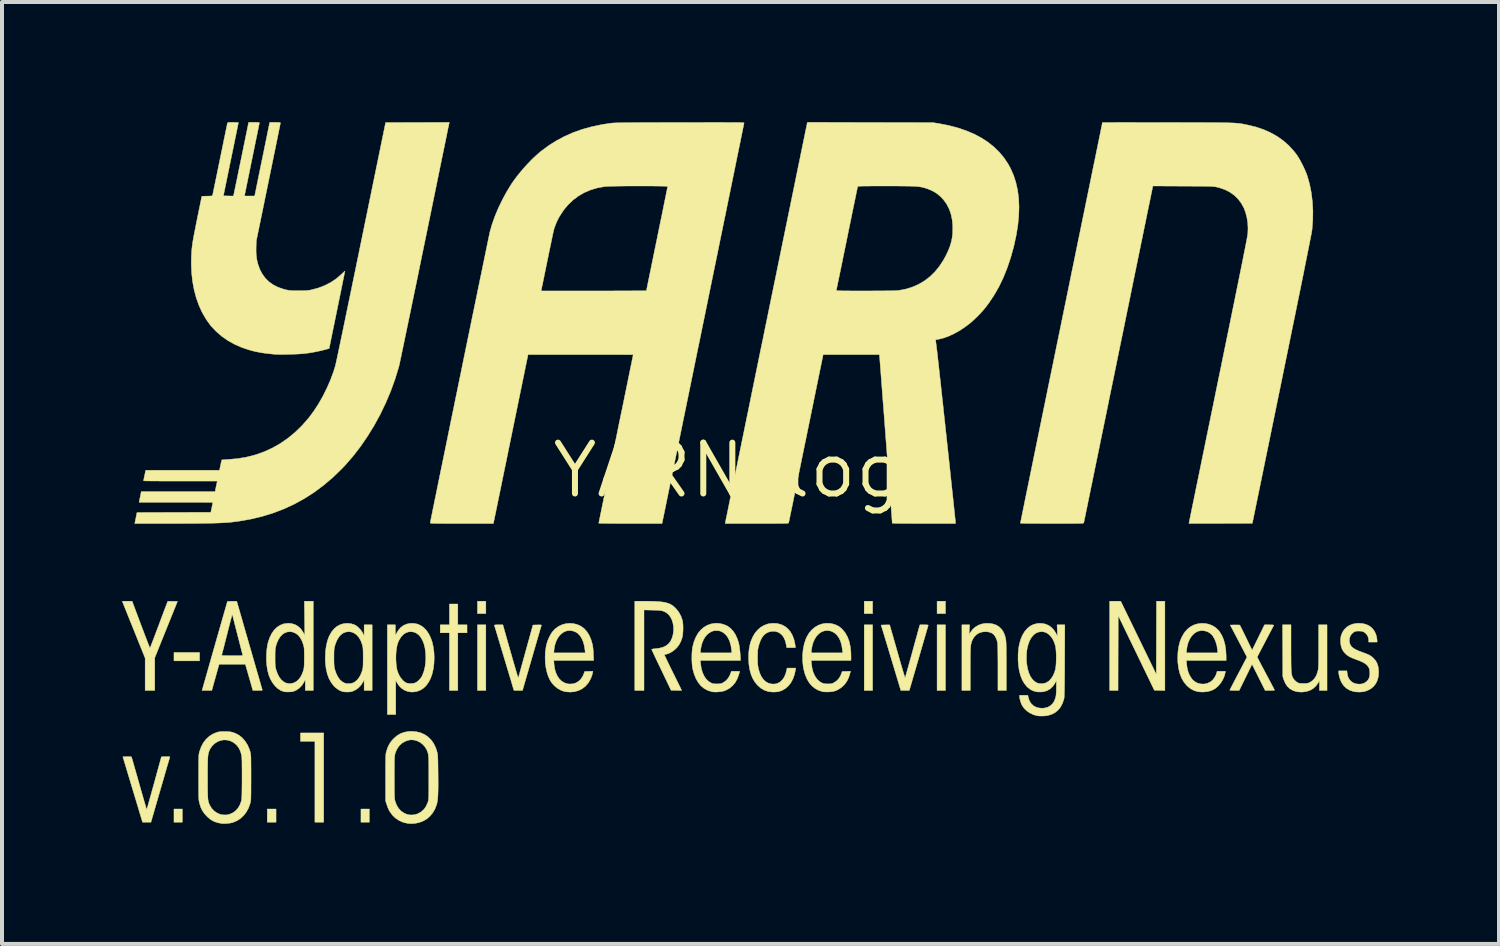
<source format=kicad_pcb>
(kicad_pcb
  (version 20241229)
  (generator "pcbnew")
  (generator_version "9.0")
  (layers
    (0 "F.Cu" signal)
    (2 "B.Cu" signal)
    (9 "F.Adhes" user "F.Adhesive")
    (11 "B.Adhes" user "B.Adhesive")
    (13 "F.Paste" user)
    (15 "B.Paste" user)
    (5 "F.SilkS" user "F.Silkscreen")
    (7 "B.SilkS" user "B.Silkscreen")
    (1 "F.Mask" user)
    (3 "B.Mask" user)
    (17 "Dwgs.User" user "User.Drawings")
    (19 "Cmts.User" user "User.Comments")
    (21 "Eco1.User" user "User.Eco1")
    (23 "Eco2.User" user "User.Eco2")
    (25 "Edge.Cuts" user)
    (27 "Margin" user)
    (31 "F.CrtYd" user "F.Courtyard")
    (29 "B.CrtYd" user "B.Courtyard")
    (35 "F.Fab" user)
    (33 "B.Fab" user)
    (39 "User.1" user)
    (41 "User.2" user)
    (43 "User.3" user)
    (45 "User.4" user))
  (footprint "YARN logo"
    (layer "F.Cu")
    (at 15.695 8.696)
    (property "Reference" "YARN logo" (at 0 0 0) (layer "F.SilkS") (effects (font (size 1.27 1.27) (thickness 0.15))))
    (attr through_hole)
    (fp_poly (pts (xy -14.19 8.79) (xy -14.4 8.79) (xy -14.4 8.46) (xy -14.19 8.46) (xy -14.19 8.79)) (stroke (width 0.01) (type solid)) (fill yes) (layer "F.SilkS"))
    (fp_poly (pts (xy -13.76 4.76) (xy -14.4 4.76) (xy -14.4 4.55) (xy -13.76 4.55) (xy -13.76 4.76)) (stroke (width 0.01) (type solid)) (fill yes) (layer "F.SilkS"))
    (fp_poly (pts (xy -11.85 8.79) (xy -12.07 8.79) (xy -12.07 8.46) (xy -11.85 8.46) (xy -11.85 8.79)) (stroke (width 0.01) (type solid)) (fill yes) (layer "F.SilkS"))
    (fp_poly (pts (xy -9.52 8.79) (xy -9.73 8.79) (xy -9.73 8.46) (xy -9.52 8.46) (xy -9.52 8.79)) (stroke (width 0.01) (type solid)) (fill yes) (layer "F.SilkS"))
    (fp_poly (pts (xy -6.61 3.58) (xy -6.82 3.58) (xy -6.82 3.27) (xy -6.61 3.27) (xy -6.61 3.58)) (stroke (width 0.01) (type solid)) (fill yes) (layer "F.SilkS"))
    (fp_poly (pts (xy -6.61 5.5) (xy -6.82 5.5) (xy -6.82 3.86) (xy -6.61 3.86) (xy -6.61 5.5)) (stroke (width 0.01) (type solid)) (fill yes) (layer "F.SilkS"))
    (fp_poly (pts (xy 3.05 3.58) (xy 2.84 3.58) (xy 2.84 3.27) (xy 3.05 3.27) (xy 3.05 3.58)) (stroke (width 0.01) (type solid)) (fill yes) (layer "F.SilkS"))
    (fp_poly (pts (xy 3.05 5.5) (xy 2.84 5.5) (xy 2.84 3.86) (xy 3.05 3.86) (xy 3.05 5.5)) (stroke (width 0.01) (type solid)) (fill yes) (layer "F.SilkS"))
    (fp_poly (pts (xy 4.87 3.58) (xy 4.66 3.58) (xy 4.66 3.27) (xy 4.87 3.27) (xy 4.87 3.58)) (stroke (width 0.01) (type solid)) (fill yes) (layer "F.SilkS"))
    (fp_poly (pts (xy 4.87 5.5) (xy 4.66 5.5) (xy 4.66 3.86) (xy 4.87 3.86) (xy 4.87 5.5)) (stroke (width 0.01) (type solid)) (fill yes) (layer "F.SilkS"))
    (fp_poly (pts (xy -10.66 8.79) (xy -10.88 8.79) (xy -10.88 6.77) (xy -11.24 6.77) (xy -11.24 6.56) (xy -10.66 6.56) (xy -10.66 8.79)) (stroke (width 0.01) (type solid)) (fill yes) (layer "F.SilkS"))
    (fp_poly (pts (xy -7.31 3.86) (xy -7.08 3.86) (xy -7.08 4.06) (xy -7.31 4.06) (xy -7.31 5.5) (xy -7.52 5.5) (xy -7.52 4.06) (xy -7.75 4.06) (xy -7.75 3.86) (xy -7.52 3.86) (xy -7.52 3.34) (xy -7.31 3.34) (xy -7.31 3.86)) (stroke (width 0.01) (type solid)) (fill yes) (layer "F.SilkS"))
    (fp_poly (pts (xy 9.691 4.183) (xy 10.135 5.096) (xy 10.138 4.183) (xy 10.14 3.27) (xy 10.35 3.27) (xy 10.35 5.501) (xy 10.219 5.498) (xy 10.087 5.495) (xy 9.636 4.562) (xy 9.185 3.63) (xy 9.182 4.565) (xy 9.18 5.5) (xy 8.97 5.5) (xy 8.97 3.27) (xy 9.247 3.27) (xy 9.691 4.183)) (stroke (width 0.01) (type solid)) (fill yes) (layer "F.SilkS"))
    (fp_poly (pts (xy -14.525 7.152) (xy -14.507 7.155) (xy -14.502 7.16) (xy -14.502 7.162) (xy -14.506 7.174) (xy -14.514 7.203) (xy -14.527 7.248) (xy -14.545 7.309) (xy -14.567 7.382) (xy -14.592 7.468) (xy -14.62 7.565) (xy -14.65 7.671) (xy -14.683 7.784) (xy -14.718 7.904) (xy -14.741 7.982) (xy -14.975 8.79) (xy -15.185 8.79) (xy -15.431 7.972) (xy -15.677 7.155) (xy -15.572 7.152) (xy -15.523 7.152) (xy -15.487 7.153) (xy -15.465 7.157) (xy -15.461 7.159) (xy -15.457 7.17) (xy -15.449 7.199) (xy -15.435 7.244) (xy -15.418 7.303) (xy -15.398 7.375) (xy -15.374 7.459) (xy -15.347 7.552) (xy -15.318 7.653) (xy -15.288 7.761) (xy -15.27 7.824) (xy -15.239 7.934) (xy -15.209 8.038) (xy -15.181 8.135) (xy -15.156 8.222) (xy -15.134 8.3) (xy -15.114 8.364) (xy -15.099 8.416) (xy -15.088 8.451) (xy -15.081 8.471) (xy -15.08 8.473) (xy -15.077 8.463) (xy -15.068 8.435) (xy -15.056 8.391) (xy -15.039 8.332) (xy -15.019 8.261) (xy -14.996 8.178) (xy -14.97 8.085) (xy -14.942 7.984) (xy -14.912 7.877) (xy -14.894 7.812) (xy -14.714 7.155) (xy -14.606 7.152) (xy -14.556 7.151) (xy -14.525 7.152)) (stroke (width 0.01) (type solid)) (fill yes) (layer "F.SilkS"))
    (fp_poly (pts (xy -15.568 3.27) (xy -15.445 3.27) (xy -15.226 3.855) (xy -15.187 3.958) (xy -15.15 4.055) (xy -15.116 4.145) (xy -15.085 4.225) (xy -15.058 4.296) (xy -15.035 4.354) (xy -15.018 4.398) (xy -15.006 4.427) (xy -15 4.44) (xy -15 4.44) (xy -14.995 4.431) (xy -14.985 4.405) (xy -14.968 4.363) (xy -14.946 4.307) (xy -14.92 4.239) (xy -14.89 4.16) (xy -14.857 4.072) (xy -14.821 3.976) (xy -14.782 3.874) (xy -14.776 3.858) (xy -14.738 3.755) (xy -14.702 3.658) (xy -14.668 3.569) (xy -14.638 3.488) (xy -14.611 3.417) (xy -14.589 3.359) (xy -14.572 3.315) (xy -14.561 3.285) (xy -14.556 3.273) (xy -14.556 3.273) (xy -14.545 3.272) (xy -14.519 3.271) (xy -14.48 3.271) (xy -14.433 3.272) (xy -14.432 3.272) (xy -14.312 3.275) (xy -14.596 3.979) (xy -14.88 4.684) (xy -14.88 5.5) (xy -15.12 5.5) (xy -15.12 4.692) (xy -15.405 3.985) (xy -15.45 3.872) (xy -15.494 3.765) (xy -15.534 3.664) (xy -15.571 3.572) (xy -15.604 3.49) (xy -15.633 3.418) (xy -15.656 3.36) (xy -15.674 3.315) (xy -15.685 3.286) (xy -15.69 3.274) (xy -15.69 3.274) (xy -15.681 3.272) (xy -15.655 3.271) (xy -15.617 3.27) (xy -15.571 3.27) (xy -15.568 3.27)) (stroke (width 0.01) (type solid)) (fill yes) (layer "F.SilkS"))
    (fp_poly (pts (xy 4.384 3.86) (xy 4.414 3.862) (xy 4.431 3.864) (xy 4.438 3.869) (xy 4.438 3.877) (xy 4.438 3.877) (xy 4.434 3.89) (xy 4.426 3.919) (xy 4.412 3.966) (xy 4.394 4.027) (xy 4.373 4.101) (xy 4.348 4.187) (xy 4.32 4.284) (xy 4.289 4.39) (xy 4.256 4.504) (xy 4.221 4.624) (xy 4.2 4.697) (xy 3.966 5.5) (xy 3.755 5.5) (xy 3.509 4.683) (xy 3.262 3.865) (xy 3.367 3.862) (xy 3.411 3.861) (xy 3.446 3.861) (xy 3.469 3.861) (xy 3.476 3.862) (xy 3.479 3.872) (xy 3.487 3.9) (xy 3.5 3.943) (xy 3.516 4.002) (xy 3.537 4.073) (xy 3.561 4.155) (xy 3.587 4.248) (xy 3.616 4.349) (xy 3.646 4.456) (xy 3.667 4.527) (xy 3.698 4.638) (xy 3.728 4.743) (xy 3.756 4.84) (xy 3.782 4.928) (xy 3.805 5.006) (xy 3.825 5.071) (xy 3.841 5.123) (xy 3.852 5.159) (xy 3.859 5.179) (xy 3.861 5.182) (xy 3.865 5.172) (xy 3.874 5.143) (xy 3.886 5.099) (xy 3.903 5.041) (xy 3.923 4.969) (xy 3.946 4.887) (xy 3.971 4.796) (xy 3.999 4.697) (xy 4.028 4.593) (xy 4.03 4.585) (xy 4.059 4.478) (xy 4.087 4.375) (xy 4.114 4.278) (xy 4.139 4.188) (xy 4.161 4.109) (xy 4.179 4.041) (xy 4.194 3.987) (xy 4.205 3.948) (xy 4.211 3.928) (xy 4.231 3.86) (xy 4.337 3.86) (xy 4.384 3.86)) (stroke (width 0.01) (type solid)) (fill yes) (layer "F.SilkS"))
    (fp_poly (pts (xy 13.5 4.438) (xy 13.5 4.569) (xy 13.501 4.683) (xy 13.501 4.779) (xy 13.502 4.861) (xy 13.504 4.929) (xy 13.506 4.985) (xy 13.509 5.031) (xy 13.513 5.069) (xy 13.518 5.1) (xy 13.524 5.125) (xy 13.531 5.147) (xy 13.539 5.167) (xy 13.548 5.186) (xy 13.582 5.235) (xy 13.629 5.279) (xy 13.67 5.306) (xy 13.692 5.315) (xy 13.719 5.321) (xy 13.756 5.324) (xy 13.808 5.325) (xy 13.81 5.325) (xy 13.859 5.324) (xy 13.895 5.322) (xy 13.922 5.317) (xy 13.947 5.308) (xy 13.972 5.297) (xy 14.038 5.253) (xy 14.093 5.194) (xy 14.136 5.118) (xy 14.167 5.028) (xy 14.174 4.998) (xy 14.178 4.978) (xy 14.181 4.954) (xy 14.183 4.925) (xy 14.185 4.888) (xy 14.187 4.843) (xy 14.188 4.787) (xy 14.189 4.719) (xy 14.19 4.636) (xy 14.19 4.537) (xy 14.19 4.421) (xy 14.19 4.39) (xy 14.19 3.86) (xy 14.4 3.86) (xy 14.4 5.5) (xy 14.21 5.5) (xy 14.21 5.256) (xy 14.175 5.316) (xy 14.119 5.392) (xy 14.05 5.453) (xy 13.97 5.498) (xy 13.88 5.527) (xy 13.78 5.539) (xy 13.755 5.539) (xy 13.709 5.537) (xy 13.663 5.532) (xy 13.627 5.526) (xy 13.625 5.526) (xy 13.539 5.496) (xy 13.467 5.453) (xy 13.408 5.396) (xy 13.36 5.324) (xy 13.322 5.236) (xy 13.295 5.155) (xy 13.289 3.86) (xy 13.5 3.86) (xy 13.5 4.438)) (stroke (width 0.01) (type solid)) (fill yes) (layer "F.SilkS"))
    (fp_poly (pts (xy 5.98 3.825) (xy 6.043 3.835) (xy 6.13 3.862) (xy 6.205 3.906) (xy 6.267 3.965) (xy 6.317 4.039) (xy 6.354 4.128) (xy 6.375 4.216) (xy 6.378 4.238) (xy 6.381 4.265) (xy 6.383 4.297) (xy 6.385 4.338) (xy 6.387 4.388) (xy 6.388 4.449) (xy 6.389 4.523) (xy 6.389 4.612) (xy 6.39 4.716) (xy 6.39 4.838) (xy 6.39 4.901) (xy 6.39 5.5) (xy 6.18 5.5) (xy 6.18 4.938) (xy 6.18 4.818) (xy 6.179 4.707) (xy 6.178 4.606) (xy 6.177 4.517) (xy 6.176 4.441) (xy 6.174 4.381) (xy 6.172 4.337) (xy 6.17 4.311) (xy 6.17 4.31) (xy 6.155 4.248) (xy 6.131 4.188) (xy 6.101 4.135) (xy 6.068 4.095) (xy 6.062 4.09) (xy 6.008 4.057) (xy 5.943 4.038) (xy 5.871 4.031) (xy 5.798 4.037) (xy 5.727 4.056) (xy 5.671 4.085) (xy 5.618 4.128) (xy 5.572 4.184) (xy 5.543 4.236) (xy 5.532 4.261) (xy 5.523 4.285) (xy 5.515 4.31) (xy 5.509 4.337) (xy 5.503 4.37) (xy 5.499 4.408) (xy 5.496 4.455) (xy 5.494 4.511) (xy 5.492 4.579) (xy 5.491 4.66) (xy 5.491 4.757) (xy 5.49 4.87) (xy 5.49 4.963) (xy 5.49 5.5) (xy 5.28 5.5) (xy 5.28 3.86) (xy 5.473 3.86) (xy 5.466 3.982) (xy 5.46 4.105) (xy 5.491 4.053) (xy 5.546 3.977) (xy 5.615 3.915) (xy 5.695 3.868) (xy 5.783 3.837) (xy 5.879 3.822) (xy 5.98 3.825)) (stroke (width 0.01) (type solid)) (fill yes) (layer "F.SilkS"))
    (fp_poly (pts (xy -6.185 3.86) (xy -5.995 4.53) (xy -5.963 4.641) (xy -5.933 4.746) (xy -5.905 4.844) (xy -5.879 4.932) (xy -5.856 5.01) (xy -5.837 5.075) (xy -5.821 5.127) (xy -5.809 5.164) (xy -5.802 5.184) (xy -5.8 5.187) (xy -5.797 5.176) (xy -5.789 5.147) (xy -5.776 5.101) (xy -5.759 5.042) (xy -5.739 4.969) (xy -5.716 4.885) (xy -5.69 4.792) (xy -5.662 4.69) (xy -5.632 4.582) (xy -5.615 4.52) (xy -5.434 3.865) (xy -5.326 3.862) (xy -5.277 3.861) (xy -5.245 3.862) (xy -5.227 3.865) (xy -5.222 3.87) (xy -5.222 3.872) (xy -5.226 3.884) (xy -5.234 3.913) (xy -5.248 3.958) (xy -5.265 4.019) (xy -5.287 4.092) (xy -5.312 4.178) (xy -5.34 4.275) (xy -5.371 4.381) (xy -5.404 4.494) (xy -5.438 4.614) (xy -5.461 4.692) (xy -5.695 5.5) (xy -5.803 5.5) (xy -5.846 5.5) (xy -5.881 5.498) (xy -5.904 5.497) (xy -5.91 5.495) (xy -5.913 5.485) (xy -5.921 5.458) (xy -5.934 5.415) (xy -5.951 5.358) (xy -5.971 5.289) (xy -5.995 5.209) (xy -6.022 5.12) (xy -6.051 5.023) (xy -6.082 4.921) (xy -6.113 4.816) (xy -6.146 4.708) (xy -6.178 4.6) (xy -6.21 4.493) (xy -6.242 4.388) (xy -6.272 4.289) (xy -6.3 4.196) (xy -6.325 4.111) (xy -6.348 4.035) (xy -6.367 3.971) (xy -6.383 3.921) (xy -6.394 3.885) (xy -6.396 3.877) (xy -6.397 3.87) (xy -6.391 3.865) (xy -6.376 3.862) (xy -6.347 3.86) (xy -6.303 3.86) (xy -6.293 3.86) (xy -6.185 3.86)) (stroke (width 0.01) (type solid)) (fill yes) (layer "F.SilkS"))
    (fp_poly (pts (xy 11.355 3.826) (xy 11.446 3.844) (xy 11.533 3.878) (xy 11.612 3.926) (xy 11.682 3.99) (xy 11.71 4.024) (xy 11.77 4.119) (xy 11.817 4.229) (xy 11.851 4.353) (xy 11.872 4.49) (xy 11.88 4.638) (xy 11.88 4.647) (xy 11.88 4.75) (xy 10.887 4.75) (xy 10.893 4.838) (xy 10.907 4.944) (xy 10.934 5.043) (xy 10.972 5.131) (xy 11.021 5.206) (xy 11.047 5.237) (xy 11.109 5.286) (xy 11.179 5.32) (xy 11.255 5.337) (xy 11.333 5.338) (xy 11.41 5.322) (xy 11.482 5.288) (xy 11.503 5.274) (xy 11.547 5.234) (xy 11.588 5.181) (xy 11.621 5.123) (xy 11.641 5.07) (xy 11.654 5.02) (xy 11.863 5.02) (xy 11.856 5.061) (xy 11.833 5.147) (xy 11.795 5.233) (xy 11.744 5.314) (xy 11.683 5.386) (xy 11.614 5.446) (xy 11.557 5.481) (xy 11.486 5.51) (xy 11.402 5.529) (xy 11.313 5.538) (xy 11.225 5.536) (xy 11.146 5.524) (xy 11.057 5.492) (xy 10.972 5.442) (xy 10.9 5.38) (xy 10.827 5.293) (xy 10.768 5.192) (xy 10.723 5.076) (xy 10.692 4.947) (xy 10.674 4.804) (xy 10.67 4.686) (xy 10.675 4.56) (xy 10.887 4.56) (xy 11.671 4.56) (xy 11.664 4.487) (xy 11.648 4.381) (xy 11.62 4.284) (xy 11.583 4.198) (xy 11.537 4.126) (xy 11.519 4.106) (xy 11.463 4.058) (xy 11.396 4.025) (xy 11.324 4.007) (xy 11.25 4.005) (xy 11.179 4.02) (xy 11.148 4.033) (xy 11.081 4.076) (xy 11.023 4.136) (xy 10.973 4.211) (xy 10.934 4.297) (xy 10.907 4.394) (xy 10.893 4.487) (xy 10.887 4.56) (xy 10.675 4.56) (xy 10.676 4.539) (xy 10.694 4.406) (xy 10.724 4.286) (xy 10.767 4.176) (xy 10.824 4.076) (xy 10.855 4.032) (xy 10.921 3.96) (xy 10.997 3.903) (xy 11.081 3.861) (xy 11.17 3.834) (xy 11.263 3.822) (xy 11.355 3.826)) (stroke (width 0.01) (type solid)) (fill yes) (layer "F.SilkS"))
    (fp_poly (pts (xy -8.4 3.824) (xy -8.313 3.842) (xy -8.233 3.879) (xy -8.159 3.932) (xy -8.094 4) (xy -8.037 4.084) (xy -7.989 4.181) (xy -7.95 4.291) (xy -7.923 4.414) (xy -7.905 4.547) (xy -7.9 4.685) (xy -7.906 4.832) (xy -7.924 4.967) (xy -7.952 5.089) (xy -7.991 5.199) (xy -8.041 5.294) (xy -8.099 5.375) (xy -8.167 5.441) (xy -8.244 5.49) (xy -8.328 5.523) (xy -8.42 5.538) (xy -8.481 5.538) (xy -8.567 5.523) (xy -8.647 5.49) (xy -8.72 5.441) (xy -8.783 5.377) (xy -8.832 5.3) (xy -8.832 5.3) (xy -8.86 5.246) (xy -8.86 6.1) (xy -9.07 6.1) (xy -9.07 4.64) (xy -8.857 4.64) (xy -8.856 4.733) (xy -8.851 4.825) (xy -8.841 4.911) (xy -8.828 4.984) (xy -8.825 4.994) (xy -8.8 5.068) (xy -8.765 5.139) (xy -8.722 5.202) (xy -8.676 5.255) (xy -8.627 5.294) (xy -8.59 5.313) (xy -8.527 5.326) (xy -8.458 5.327) (xy -8.393 5.316) (xy -8.384 5.313) (xy -8.341 5.291) (xy -8.296 5.256) (xy -8.253 5.212) (xy -8.217 5.164) (xy -8.201 5.135) (xy -8.157 5.022) (xy -8.128 4.899) (xy -8.113 4.766) (xy -8.11 4.68) (xy -8.116 4.554) (xy -8.131 4.438) (xy -8.157 4.335) (xy -8.193 4.246) (xy -8.237 4.17) (xy -8.289 4.11) (xy -8.349 4.066) (xy -8.417 4.04) (xy -8.458 4.033) (xy -8.534 4.035) (xy -8.603 4.057) (xy -8.666 4.097) (xy -8.723 4.156) (xy -8.773 4.234) (xy -8.784 4.257) (xy -8.806 4.308) (xy -8.824 4.364) (xy -8.837 4.43) (xy -8.848 4.508) (xy -8.852 4.553) (xy -8.857 4.64) (xy -9.07 4.64) (xy -9.07 3.86) (xy -8.87 3.86) (xy -8.869 4.125) (xy -8.844 4.076) (xy -8.792 3.991) (xy -8.732 3.923) (xy -8.663 3.873) (xy -8.584 3.84) (xy -8.495 3.823) (xy -8.494 3.823) (xy -8.4 3.824)) (stroke (width 0.01) (type solid)) (fill yes) (layer "F.SilkS"))
    (fp_poly (pts (xy 0.642 3.824) (xy 0.686 3.831) (xy 0.778 3.857) (xy 0.862 3.901) (xy 0.935 3.96) (xy 0.997 4.035) (xy 1.048 4.124) (xy 1.086 4.226) (xy 1.111 4.34) (xy 1.116 4.372) (xy 1.122 4.43) (xy 0.904 4.43) (xy 0.893 4.362) (xy 0.871 4.268) (xy 0.837 4.187) (xy 0.793 4.122) (xy 0.738 4.073) (xy 0.732 4.069) (xy 0.676 4.04) (xy 0.619 4.024) (xy 0.555 4.022) (xy 0.537 4.023) (xy 0.462 4.037) (xy 0.396 4.067) (xy 0.339 4.113) (xy 0.289 4.175) (xy 0.248 4.255) (xy 0.213 4.354) (xy 0.203 4.388) (xy 0.194 4.425) (xy 0.187 4.459) (xy 0.182 4.493) (xy 0.179 4.532) (xy 0.178 4.58) (xy 0.177 4.642) (xy 0.177 4.67) (xy 0.177 4.743) (xy 0.178 4.802) (xy 0.181 4.849) (xy 0.186 4.89) (xy 0.193 4.931) (xy 0.197 4.952) (xy 0.227 5.056) (xy 0.266 5.145) (xy 0.316 5.218) (xy 0.374 5.275) (xy 0.442 5.314) (xy 0.453 5.318) (xy 0.531 5.338) (xy 0.605 5.339) (xy 0.675 5.322) (xy 0.738 5.288) (xy 0.793 5.237) (xy 0.84 5.171) (xy 0.876 5.09) (xy 0.897 5.014) (xy 0.914 4.94) (xy 1.13 4.94) (xy 1.124 4.982) (xy 1.098 5.104) (xy 1.059 5.212) (xy 1.008 5.307) (xy 0.946 5.386) (xy 0.873 5.45) (xy 0.79 5.498) (xy 0.715 5.525) (xy 0.655 5.535) (xy 0.585 5.539) (xy 0.513 5.536) (xy 0.448 5.527) (xy 0.436 5.524) (xy 0.344 5.492) (xy 0.259 5.442) (xy 0.181 5.375) (xy 0.113 5.294) (xy 0.056 5.2) (xy 0.012 5.095) (xy -0.019 4.98) (xy -0.039 4.854) (xy -0.048 4.722) (xy -0.047 4.589) (xy -0.034 4.459) (xy -0.01 4.339) (xy 0.006 4.283) (xy 0.051 4.171) (xy 0.108 4.072) (xy 0.177 3.989) (xy 0.254 3.922) (xy 0.341 3.871) (xy 0.435 3.837) (xy 0.536 3.822) (xy 0.642 3.824)) (stroke (width 0.01) (type solid)) (fill yes) (layer "F.SilkS"))
    (fp_poly (pts (xy 13 3.861) (xy 13.037 3.862) (xy 13.061 3.865) (xy 13.07 3.868) (xy 13.065 3.878) (xy 13.052 3.904) (xy 13.032 3.944) (xy 13.005 3.996) (xy 12.972 4.058) (xy 12.935 4.129) (xy 12.894 4.207) (xy 12.864 4.265) (xy 12.821 4.347) (xy 12.781 4.423) (xy 12.745 4.492) (xy 12.714 4.552) (xy 12.688 4.601) (xy 12.67 4.637) (xy 12.659 4.659) (xy 12.657 4.665) (xy 12.662 4.676) (xy 12.675 4.702) (xy 12.695 4.742) (xy 12.723 4.795) (xy 12.755 4.858) (xy 12.793 4.929) (xy 12.835 5.007) (xy 12.868 5.07) (xy 12.912 5.152) (xy 12.953 5.23) (xy 12.99 5.3) (xy 13.023 5.362) (xy 13.05 5.413) (xy 13.07 5.451) (xy 13.082 5.475) (xy 13.086 5.482) (xy 13.087 5.49) (xy 13.082 5.495) (xy 13.068 5.498) (xy 13.041 5.499) (xy 12.999 5.5) (xy 12.973 5.5) (xy 12.855 5.5) (xy 12.691 5.173) (xy 12.527 4.845) (xy 12.366 5.173) (xy 12.205 5.5) (xy 12.088 5.5) (xy 12.042 5.499) (xy 12.004 5.498) (xy 11.979 5.495) (xy 11.97 5.492) (xy 11.975 5.482) (xy 11.987 5.456) (xy 12.008 5.416) (xy 12.035 5.363) (xy 12.068 5.3) (xy 12.105 5.229) (xy 12.146 5.15) (xy 12.185 5.077) (xy 12.229 4.993) (xy 12.27 4.916) (xy 12.306 4.846) (xy 12.339 4.784) (xy 12.365 4.734) (xy 12.384 4.696) (xy 12.396 4.673) (xy 12.4 4.666) (xy 12.396 4.657) (xy 12.383 4.632) (xy 12.362 4.593) (xy 12.335 4.541) (xy 12.303 4.479) (xy 12.266 4.408) (xy 12.225 4.33) (xy 12.191 4.264) (xy 11.981 3.865) (xy 12.097 3.862) (xy 12.144 3.862) (xy 12.183 3.863) (xy 12.21 3.864) (xy 12.221 3.867) (xy 12.227 3.878) (xy 12.241 3.904) (xy 12.261 3.944) (xy 12.287 3.996) (xy 12.317 4.057) (xy 12.351 4.126) (xy 12.379 4.184) (xy 12.529 4.492) (xy 12.684 4.176) (xy 12.838 3.86) (xy 12.954 3.86) (xy 13 3.861)) (stroke (width 0.01) (type solid)) (fill yes) (layer "F.SilkS"))
    (fp_poly (pts (xy -4.428 3.828) (xy -4.328 3.852) (xy -4.238 3.893) (xy -4.158 3.951) (xy -4.09 4.025) (xy -4.032 4.116) (xy -3.985 4.223) (xy -3.949 4.346) (xy -3.945 4.366) (xy -3.938 4.406) (xy -3.932 4.459) (xy -3.927 4.519) (xy -3.923 4.581) (xy -3.923 4.598) (xy -3.917 4.75) (xy -4.913 4.75) (xy -4.907 4.838) (xy -4.892 4.949) (xy -4.865 5.048) (xy -4.826 5.135) (xy -4.777 5.208) (xy -4.718 5.265) (xy -4.65 5.307) (xy -4.573 5.332) (xy -4.523 5.338) (xy -4.438 5.334) (xy -4.361 5.311) (xy -4.294 5.271) (xy -4.236 5.215) (xy -4.189 5.143) (xy -4.164 5.085) (xy -4.142 5.025) (xy -4.04 5.022) (xy -3.937 5.019) (xy -3.944 5.061) (xy -3.958 5.118) (xy -3.982 5.182) (xy -4.014 5.247) (xy -4.048 5.306) (xy -4.06 5.322) (xy -4.128 5.398) (xy -4.207 5.458) (xy -4.297 5.502) (xy -4.394 5.53) (xy -4.498 5.54) (xy -4.605 5.533) (xy -4.647 5.525) (xy -4.728 5.498) (xy -4.808 5.454) (xy -4.883 5.397) (xy -4.949 5.328) (xy -4.999 5.257) (xy -5.046 5.16) (xy -5.083 5.049) (xy -5.11 4.927) (xy -5.126 4.798) (xy -5.13 4.665) (xy -5.125 4.56) (xy -4.913 4.56) (xy -4.128 4.56) (xy -4.135 4.487) (xy -4.152 4.38) (xy -4.179 4.283) (xy -4.216 4.198) (xy -4.261 4.128) (xy -4.315 4.073) (xy -4.34 4.055) (xy -4.372 4.038) (xy -4.411 4.022) (xy -4.435 4.014) (xy -4.51 4.002) (xy -4.582 4.009) (xy -4.65 4.033) (xy -4.712 4.073) (xy -4.769 4.128) (xy -4.818 4.196) (xy -4.857 4.276) (xy -4.887 4.368) (xy -4.905 4.469) (xy -4.907 4.492) (xy -4.913 4.56) (xy -5.125 4.56) (xy -5.123 4.532) (xy -5.105 4.402) (xy -5.089 4.331) (xy -5.063 4.25) (xy -5.026 4.165) (xy -4.982 4.085) (xy -4.949 4.036) (xy -4.881 3.962) (xy -4.801 3.902) (xy -4.712 3.859) (xy -4.615 3.831) (xy -4.513 3.822) (xy -4.428 3.828)) (stroke (width 0.01) (type solid)) (fill yes) (layer "F.SilkS"))
    (fp_poly (pts (xy 1.987 3.824) (xy 2.048 3.835) (xy 2.128 3.86) (xy 2.197 3.893) (xy 2.26 3.94) (xy 2.295 3.974) (xy 2.365 4.059) (xy 2.421 4.158) (xy 2.464 4.272) (xy 2.492 4.4) (xy 2.508 4.543) (xy 2.51 4.636) (xy 2.51 4.75) (xy 1.517 4.75) (xy 1.523 4.831) (xy 1.539 4.944) (xy 1.566 5.045) (xy 1.606 5.134) (xy 1.656 5.208) (xy 1.686 5.24) (xy 1.735 5.282) (xy 1.781 5.31) (xy 1.831 5.327) (xy 1.89 5.334) (xy 1.93 5.335) (xy 1.977 5.334) (xy 2.011 5.332) (xy 2.038 5.325) (xy 2.064 5.315) (xy 2.08 5.307) (xy 2.15 5.261) (xy 2.206 5.203) (xy 2.249 5.131) (xy 2.272 5.075) (xy 2.289 5.025) (xy 2.393 5.022) (xy 2.498 5.019) (xy 2.489 5.059) (xy 2.455 5.17) (xy 2.408 5.269) (xy 2.346 5.354) (xy 2.272 5.424) (xy 2.186 5.48) (xy 2.124 5.507) (xy 2.081 5.52) (xy 2.037 5.529) (xy 1.985 5.534) (xy 1.95 5.536) (xy 1.901 5.536) (xy 1.856 5.535) (xy 1.819 5.533) (xy 1.805 5.53) (xy 1.704 5.499) (xy 1.613 5.45) (xy 1.534 5.386) (xy 1.465 5.305) (xy 1.408 5.208) (xy 1.362 5.095) (xy 1.328 4.968) (xy 1.315 4.894) (xy 1.301 4.751) (xy 1.301 4.609) (xy 1.306 4.56) (xy 1.517 4.56) (xy 2.303 4.56) (xy 2.296 4.487) (xy 2.278 4.373) (xy 2.25 4.273) (xy 2.21 4.187) (xy 2.159 4.117) (xy 2.099 4.062) (xy 2.028 4.024) (xy 1.982 4.01) (xy 1.906 4.002) (xy 1.834 4.013) (xy 1.766 4.041) (xy 1.704 4.085) (xy 1.649 4.144) (xy 1.603 4.216) (xy 1.565 4.301) (xy 1.538 4.397) (xy 1.523 4.494) (xy 1.517 4.56) (xy 1.306 4.56) (xy 1.315 4.47) (xy 1.342 4.337) (xy 1.382 4.216) (xy 1.406 4.162) (xy 1.462 4.067) (xy 1.53 3.986) (xy 1.608 3.92) (xy 1.694 3.87) (xy 1.787 3.837) (xy 1.886 3.821) (xy 1.987 3.824)) (stroke (width 0.01) (type solid)) (fill yes) (layer "F.SilkS"))
    (fp_poly (pts (xy -2.638 3.27) (xy -2.505 3.271) (xy -2.39 3.274) (xy -2.291 3.28) (xy -2.206 3.289) (xy -2.133 3.301) (xy -2.071 3.318) (xy -2.016 3.339) (xy -1.968 3.365) (xy -1.924 3.397) (xy -1.882 3.434) (xy -1.862 3.454) (xy -1.791 3.543) (xy -1.737 3.643) (xy -1.703 3.74) (xy -1.692 3.796) (xy -1.686 3.865) (xy -1.684 3.942) (xy -1.686 4.021) (xy -1.692 4.096) (xy -1.702 4.16) (xy -1.708 4.185) (xy -1.741 4.278) (xy -1.784 4.357) (xy -1.84 4.43) (xy -1.861 4.452) (xy -1.916 4.5) (xy -1.978 4.542) (xy -2.042 4.575) (xy -2.101 4.594) (xy -2.112 4.596) (xy -2.137 4.603) (xy -2.149 4.61) (xy -2.15 4.612) (xy -2.146 4.623) (xy -2.133 4.65) (xy -2.114 4.691) (xy -2.088 4.744) (xy -2.057 4.809) (xy -2.021 4.883) (xy -1.981 4.964) (xy -1.939 5.05) (xy -1.935 5.057) (xy -1.892 5.144) (xy -1.852 5.225) (xy -1.816 5.299) (xy -1.784 5.363) (xy -1.758 5.417) (xy -1.738 5.459) (xy -1.725 5.486) (xy -1.72 5.497) (xy -1.72 5.497) (xy -1.729 5.498) (xy -1.755 5.499) (xy -1.793 5.499) (xy -1.841 5.498) (xy -1.852 5.498) (xy -1.984 5.495) (xy -2.226 4.99) (xy -2.271 4.896) (xy -2.314 4.807) (xy -2.352 4.726) (xy -2.387 4.653) (xy -2.417 4.59) (xy -2.44 4.539) (xy -2.458 4.502) (xy -2.467 4.479) (xy -2.469 4.474) (xy -2.46 4.468) (xy -2.433 4.462) (xy -2.39 4.457) (xy -2.377 4.456) (xy -2.271 4.442) (xy -2.18 4.417) (xy -2.104 4.379) (xy -2.042 4.328) (xy -1.993 4.263) (xy -1.957 4.183) (xy -1.934 4.099) (xy -1.922 4.003) (xy -1.923 3.908) (xy -1.938 3.817) (xy -1.964 3.733) (xy -2.002 3.66) (xy -2.05 3.599) (xy -2.094 3.563) (xy -2.126 3.543) (xy -2.157 3.527) (xy -2.191 3.515) (xy -2.23 3.506) (xy -2.278 3.5) (xy -2.338 3.496) (xy -2.414 3.494) (xy -2.453 3.493) (xy -2.66 3.488) (xy -2.66 5.5) (xy -2.89 5.5) (xy -2.89 3.27) (xy -2.638 3.27)) (stroke (width 0.01) (type solid)) (fill yes) (layer "F.SilkS"))
    (fp_poly (pts (xy -10.92 5.5) (xy -11.12 5.5) (xy -11.12 5.227) (xy -11.155 5.297) (xy -11.204 5.373) (xy -11.267 5.438) (xy -11.342 5.49) (xy -11.366 5.502) (xy -11.403 5.518) (xy -11.437 5.528) (xy -11.475 5.533) (xy -11.524 5.536) (xy -11.57 5.536) (xy -11.613 5.535) (xy -11.646 5.531) (xy -11.654 5.53) (xy -11.732 5.5) (xy -11.806 5.453) (xy -11.874 5.389) (xy -11.935 5.311) (xy -11.988 5.221) (xy -12.03 5.12) (xy -12.033 5.109) (xy -12.062 5) (xy -12.081 4.878) (xy -12.091 4.748) (xy -12.091 4.68) (xy -11.874 4.68) (xy -11.874 4.754) (xy -11.873 4.812) (xy -11.871 4.856) (xy -11.868 4.892) (xy -11.864 4.922) (xy -11.858 4.949) (xy -11.852 4.973) (xy -11.818 5.073) (xy -11.775 5.158) (xy -11.725 5.227) (xy -11.668 5.278) (xy -11.605 5.312) (xy -11.538 5.328) (xy -11.466 5.325) (xy -11.403 5.308) (xy -11.341 5.275) (xy -11.285 5.224) (xy -11.235 5.158) (xy -11.195 5.079) (xy -11.164 4.989) (xy -11.163 4.984) (xy -11.157 4.958) (xy -11.153 4.928) (xy -11.149 4.892) (xy -11.147 4.846) (xy -11.146 4.789) (xy -11.145 4.716) (xy -11.145 4.675) (xy -11.145 4.598) (xy -11.146 4.538) (xy -11.147 4.491) (xy -11.149 4.454) (xy -11.152 4.425) (xy -11.157 4.399) (xy -11.163 4.373) (xy -11.169 4.353) (xy -11.203 4.259) (xy -11.247 4.18) (xy -11.3 4.117) (xy -11.362 4.071) (xy -11.431 4.042) (xy -11.485 4.032) (xy -11.559 4.036) (xy -11.628 4.058) (xy -11.69 4.098) (xy -11.745 4.156) (xy -11.793 4.231) (xy -11.833 4.322) (xy -11.852 4.385) (xy -11.859 4.414) (xy -11.865 4.443) (xy -11.869 4.473) (xy -11.872 4.51) (xy -11.873 4.557) (xy -11.874 4.617) (xy -11.874 4.68) (xy -12.091 4.68) (xy -12.091 4.616) (xy -12.082 4.486) (xy -12.064 4.363) (xy -12.044 4.28) (xy -12.004 4.168) (xy -11.954 4.069) (xy -11.894 3.986) (xy -11.824 3.919) (xy -11.747 3.869) (xy -11.662 3.836) (xy -11.642 3.831) (xy -11.547 3.82) (xy -11.458 3.829) (xy -11.374 3.855) (xy -11.299 3.899) (xy -11.234 3.959) (xy -11.18 4.035) (xy -11.166 4.06) (xy -11.133 4.127) (xy -11.138 3.698) (xy -11.143 3.27) (xy -10.92 3.27) (xy -10.92 5.5)) (stroke (width 0.01) (type solid)) (fill yes) (layer "F.SilkS"))
    (fp_poly (pts (xy -9.973 3.832) (xy -9.885 3.861) (xy -9.88 3.863) (xy -9.835 3.891) (xy -9.788 3.932) (xy -9.742 3.981) (xy -9.703 4.033) (xy -9.682 4.07) (xy -9.651 4.135) (xy -9.65 3.86) (xy -9.45 3.86) (xy -9.45 5.5) (xy -9.65 5.5) (xy -9.651 5.235) (xy -9.682 5.295) (xy -9.728 5.366) (xy -9.787 5.429) (xy -9.856 5.48) (xy -9.929 5.516) (xy -9.972 5.53) (xy -10.018 5.536) (xy -10.075 5.538) (xy -10.132 5.536) (xy -10.18 5.53) (xy -10.184 5.529) (xy -10.247 5.506) (xy -10.313 5.467) (xy -10.377 5.417) (xy -10.403 5.391) (xy -10.471 5.304) (xy -10.527 5.204) (xy -10.57 5.089) (xy -10.6 4.96) (xy -10.617 4.816) (xy -10.621 4.68) (xy -10.404 4.68) (xy -10.404 4.754) (xy -10.403 4.811) (xy -10.401 4.856) (xy -10.398 4.891) (xy -10.394 4.921) (xy -10.389 4.949) (xy -10.382 4.975) (xy -10.347 5.077) (xy -10.304 5.163) (xy -10.254 5.232) (xy -10.196 5.283) (xy -10.132 5.317) (xy -10.12 5.321) (xy -10.078 5.328) (xy -10.027 5.328) (xy -9.975 5.323) (xy -9.936 5.314) (xy -9.88 5.285) (xy -9.826 5.239) (xy -9.777 5.178) (xy -9.736 5.105) (xy -9.704 5.024) (xy -9.699 5.007) (xy -9.691 4.98) (xy -9.685 4.955) (xy -9.681 4.928) (xy -9.678 4.897) (xy -9.677 4.858) (xy -9.676 4.808) (xy -9.675 4.745) (xy -9.675 4.68) (xy -9.675 4.602) (xy -9.676 4.541) (xy -9.677 4.493) (xy -9.679 4.456) (xy -9.682 4.426) (xy -9.686 4.4) (xy -9.692 4.375) (xy -9.698 4.354) (xy -9.732 4.26) (xy -9.777 4.181) (xy -9.83 4.118) (xy -9.891 4.071) (xy -9.96 4.042) (xy -10.015 4.032) (xy -10.089 4.036) (xy -10.158 4.058) (xy -10.22 4.098) (xy -10.275 4.156) (xy -10.323 4.232) (xy -10.363 4.325) (xy -10.382 4.387) (xy -10.39 4.416) (xy -10.395 4.443) (xy -10.399 4.474) (xy -10.402 4.511) (xy -10.403 4.557) (xy -10.404 4.618) (xy -10.404 4.68) (xy -10.621 4.68) (xy -10.621 4.68) (xy -10.615 4.525) (xy -10.596 4.383) (xy -10.566 4.255) (xy -10.523 4.142) (xy -10.468 4.043) (xy -10.401 3.96) (xy -10.395 3.953) (xy -10.323 3.895) (xy -10.242 3.853) (xy -10.155 3.829) (xy -10.064 3.821) (xy -9.973 3.832)) (stroke (width 0.01) (type solid)) (fill yes) (layer "F.SilkS"))
    (fp_poly (pts (xy -0.78 3.825) (xy -0.71 3.839) (xy -0.641 3.861) (xy -0.583 3.886) (xy -0.572 3.893) (xy -0.497 3.949) (xy -0.431 4.021) (xy -0.374 4.109) (xy -0.328 4.21) (xy -0.295 4.313) (xy -0.285 4.361) (xy -0.275 4.424) (xy -0.266 4.496) (xy -0.259 4.57) (xy -0.253 4.642) (xy -0.25 4.706) (xy -0.25 4.723) (xy -0.25 4.75) (xy -1.253 4.75) (xy -1.246 4.829) (xy -1.23 4.941) (xy -1.202 5.042) (xy -1.163 5.131) (xy -1.114 5.207) (xy -1.055 5.266) (xy -0.992 5.307) (xy -0.962 5.321) (xy -0.935 5.329) (xy -0.904 5.333) (xy -0.863 5.335) (xy -0.84 5.335) (xy -0.792 5.334) (xy -0.758 5.331) (xy -0.73 5.325) (xy -0.702 5.314) (xy -0.689 5.307) (xy -0.623 5.264) (xy -0.567 5.205) (xy -0.521 5.131) (xy -0.491 5.058) (xy -0.478 5.02) (xy -0.374 5.02) (xy -0.331 5.02) (xy -0.297 5.021) (xy -0.275 5.022) (xy -0.27 5.023) (xy -0.272 5.033) (xy -0.279 5.058) (xy -0.288 5.092) (xy -0.291 5.1) (xy -0.33 5.208) (xy -0.382 5.302) (xy -0.449 5.382) (xy -0.528 5.447) (xy -0.62 5.496) (xy -0.648 5.508) (xy -0.698 5.521) (xy -0.759 5.531) (xy -0.826 5.537) (xy -0.891 5.538) (xy -0.947 5.534) (xy -0.965 5.53) (xy -1.066 5.499) (xy -1.156 5.451) (xy -1.235 5.387) (xy -1.303 5.305) (xy -1.361 5.207) (xy -1.408 5.092) (xy -1.444 4.96) (xy -1.446 4.95) (xy -1.455 4.892) (xy -1.461 4.82) (xy -1.465 4.738) (xy -1.465 4.653) (xy -1.463 4.57) (xy -1.462 4.56) (xy -1.253 4.56) (xy -0.467 4.56) (xy -0.474 4.48) (xy -0.491 4.37) (xy -0.52 4.271) (xy -0.56 4.186) (xy -0.611 4.115) (xy -0.673 4.06) (xy -0.718 4.033) (xy -0.755 4.017) (xy -0.789 4.009) (xy -0.831 4.006) (xy -0.85 4.005) (xy -0.894 4.006) (xy -0.928 4.012) (xy -0.962 4.024) (xy -0.992 4.038) (xy -1.06 4.082) (xy -1.12 4.144) (xy -1.169 4.22) (xy -1.207 4.309) (xy -1.234 4.411) (xy -1.246 4.49) (xy -1.253 4.56) (xy -1.462 4.56) (xy -1.457 4.493) (xy -1.449 4.429) (xy -1.447 4.417) (xy -1.414 4.289) (xy -1.369 4.175) (xy -1.313 4.075) (xy -1.246 3.992) (xy -1.169 3.924) (xy -1.083 3.872) (xy -0.988 3.838) (xy -0.885 3.822) (xy -0.844 3.82) (xy -0.78 3.825)) (stroke (width 0.01) (type solid)) (fill yes) (layer "F.SilkS"))
    (fp_poly (pts (xy -12.864 3.272) (xy -12.839 3.273) (xy -12.83 3.275) (xy -12.827 3.285) (xy -12.819 3.313) (xy -12.807 3.357) (xy -12.79 3.415) (xy -12.769 3.487) (xy -12.745 3.571) (xy -12.718 3.666) (xy -12.688 3.769) (xy -12.657 3.88) (xy -12.623 3.997) (xy -12.588 4.118) (xy -12.552 4.243) (xy -12.516 4.369) (xy -12.479 4.495) (xy -12.443 4.62) (xy -12.408 4.742) (xy -12.374 4.86) (xy -12.342 4.973) (xy -12.311 5.078) (xy -12.283 5.174) (xy -12.258 5.261) (xy -12.237 5.336) (xy -12.219 5.398) (xy -12.205 5.445) (xy -12.196 5.476) (xy -12.194 5.482) (xy -12.193 5.49) (xy -12.199 5.495) (xy -12.213 5.498) (xy -12.24 5.499) (xy -12.283 5.5) (xy -12.309 5.5) (xy -12.429 5.5) (xy -12.439 5.463) (xy -12.445 5.444) (xy -12.455 5.408) (xy -12.469 5.359) (xy -12.486 5.299) (xy -12.506 5.231) (xy -12.527 5.157) (xy -12.533 5.135) (xy -12.617 4.845) (xy -13.273 4.845) (xy -13.455 5.5) (xy -13.698 5.5) (xy -13.688 5.463) (xy -13.684 5.448) (xy -13.675 5.416) (xy -13.661 5.367) (xy -13.643 5.302) (xy -13.62 5.223) (xy -13.594 5.132) (xy -13.565 5.029) (xy -13.533 4.915) (xy -13.498 4.793) (xy -13.461 4.663) (xy -13.448 4.617) (xy -13.208 4.617) (xy -13.205 4.621) (xy -13.193 4.624) (xy -13.169 4.627) (xy -13.132 4.628) (xy -13.079 4.629) (xy -13.01 4.63) (xy -12.945 4.63) (xy -12.865 4.63) (xy -12.803 4.63) (xy -12.757 4.629) (xy -12.724 4.628) (xy -12.702 4.626) (xy -12.69 4.623) (xy -12.684 4.619) (xy -12.683 4.614) (xy -12.684 4.612) (xy -12.687 4.6) (xy -12.695 4.569) (xy -12.707 4.523) (xy -12.722 4.464) (xy -12.74 4.392) (xy -12.761 4.311) (xy -12.784 4.222) (xy -12.808 4.127) (xy -12.815 4.1) (xy -12.84 4.004) (xy -12.863 3.913) (xy -12.884 3.831) (xy -12.902 3.758) (xy -12.918 3.696) (xy -12.93 3.648) (xy -12.939 3.615) (xy -12.943 3.599) (xy -12.943 3.597) (xy -12.946 3.605) (xy -12.953 3.631) (xy -12.964 3.672) (xy -12.979 3.728) (xy -12.997 3.796) (xy -13.017 3.874) (xy -13.04 3.962) (xy -13.064 4.056) (xy -13.074 4.097) (xy -13.099 4.195) (xy -13.123 4.287) (xy -13.144 4.371) (xy -13.163 4.446) (xy -13.18 4.51) (xy -13.193 4.561) (xy -13.202 4.596) (xy -13.207 4.615) (xy -13.208 4.617) (xy -13.448 4.617) (xy -13.422 4.526) (xy -13.381 4.384) (xy -13.372 4.35) (xy -13.065 3.275) (xy -12.947 3.272) (xy -12.902 3.272) (xy -12.864 3.272)) (stroke (width 0.01) (type solid)) (fill yes) (layer "F.SilkS"))
    (fp_poly (pts (xy 15.3 3.829) (xy 15.389 3.854) (xy 15.467 3.894) (xy 15.532 3.949) (xy 15.584 4.019) (xy 15.622 4.102) (xy 15.641 4.174) (xy 15.646 4.211) (xy 15.65 4.246) (xy 15.65 4.256) (xy 15.65 4.29) (xy 15.44 4.29) (xy 15.44 4.249) (xy 15.431 4.18) (xy 15.405 4.12) (xy 15.363 4.07) (xy 15.317 4.038) (xy 15.287 4.025) (xy 15.253 4.018) (xy 15.208 4.016) (xy 15.195 4.016) (xy 15.152 4.016) (xy 15.121 4.02) (xy 15.096 4.028) (xy 15.069 4.042) (xy 15.068 4.043) (xy 15.019 4.083) (xy 14.983 4.135) (xy 14.962 4.196) (xy 14.957 4.262) (xy 14.961 4.295) (xy 14.974 4.342) (xy 14.996 4.383) (xy 15.029 4.42) (xy 15.074 4.454) (xy 15.133 4.486) (xy 15.209 4.519) (xy 15.276 4.544) (xy 15.351 4.571) (xy 15.409 4.594) (xy 15.456 4.616) (xy 15.494 4.639) (xy 15.527 4.663) (xy 15.558 4.692) (xy 15.564 4.697) (xy 15.617 4.76) (xy 15.654 4.831) (xy 15.678 4.912) (xy 15.689 5.006) (xy 15.69 5.046) (xy 15.682 5.151) (xy 15.657 5.246) (xy 15.617 5.329) (xy 15.561 5.4) (xy 15.491 5.458) (xy 15.407 5.501) (xy 15.335 5.525) (xy 15.275 5.535) (xy 15.204 5.539) (xy 15.132 5.536) (xy 15.067 5.527) (xy 15.057 5.524) (xy 14.965 5.493) (xy 14.885 5.446) (xy 14.819 5.383) (xy 14.765 5.306) (xy 14.755 5.286) (xy 14.731 5.229) (xy 14.711 5.165) (xy 14.697 5.103) (xy 14.69 5.049) (xy 14.69 5.043) (xy 14.69 5.01) (xy 14.897 5.01) (xy 14.903 5.071) (xy 14.919 5.148) (xy 14.951 5.215) (xy 14.997 5.269) (xy 15.056 5.309) (xy 15.126 5.334) (xy 15.198 5.341) (xy 15.268 5.336) (xy 15.326 5.317) (xy 15.377 5.284) (xy 15.384 5.279) (xy 15.426 5.233) (xy 15.453 5.181) (xy 15.467 5.119) (xy 15.468 5.051) (xy 15.463 4.992) (xy 15.452 4.948) (xy 15.433 4.911) (xy 15.404 4.875) (xy 15.395 4.866) (xy 15.364 4.838) (xy 15.327 4.813) (xy 15.282 4.789) (xy 15.225 4.764) (xy 15.152 4.736) (xy 15.149 4.735) (xy 15.073 4.706) (xy 15.014 4.682) (xy 14.966 4.659) (xy 14.927 4.636) (xy 14.893 4.611) (xy 14.86 4.581) (xy 14.854 4.575) (xy 14.809 4.523) (xy 14.777 4.468) (xy 14.754 4.404) (xy 14.74 4.326) (xy 14.74 4.325) (xy 14.736 4.226) (xy 14.75 4.135) (xy 14.781 4.053) (xy 14.827 3.981) (xy 14.887 3.921) (xy 14.96 3.873) (xy 15.045 3.84) (xy 15.141 3.823) (xy 15.199 3.82) (xy 15.3 3.829)) (stroke (width 0.01) (type solid)) (fill yes) (layer "F.SilkS"))
    (fp_poly (pts (xy 7.287 3.824) (xy 7.376 3.844) (xy 7.457 3.881) (xy 7.529 3.936) (xy 7.59 4.007) (xy 7.633 4.079) (xy 7.668 4.148) (xy 7.662 4.004) (xy 7.657 3.86) (xy 7.851 3.86) (xy 7.847 4.758) (xy 7.847 4.915) (xy 7.846 5.054) (xy 7.845 5.176) (xy 7.844 5.281) (xy 7.843 5.372) (xy 7.842 5.448) (xy 7.841 5.513) (xy 7.84 5.566) (xy 7.838 5.609) (xy 7.837 5.643) (xy 7.835 5.67) (xy 7.833 5.69) (xy 7.83 5.706) (xy 7.828 5.715) (xy 7.792 5.822) (xy 7.744 5.914) (xy 7.683 5.989) (xy 7.61 6.05) (xy 7.524 6.095) (xy 7.425 6.125) (xy 7.368 6.133) (xy 7.301 6.138) (xy 7.235 6.138) (xy 7.176 6.133) (xy 7.155 6.13) (xy 7.063 6.103) (xy 6.977 6.062) (xy 6.9 6.009) (xy 6.835 5.946) (xy 6.785 5.875) (xy 6.775 5.856) (xy 6.755 5.807) (xy 6.738 5.753) (xy 6.725 5.7) (xy 6.72 5.657) (xy 6.72 5.653) (xy 6.72 5.62) (xy 6.927 5.62) (xy 6.94 5.679) (xy 6.966 5.758) (xy 7.006 5.823) (xy 7.06 5.876) (xy 7.126 5.914) (xy 7.202 5.936) (xy 7.288 5.943) (xy 7.342 5.938) (xy 7.421 5.918) (xy 7.489 5.882) (xy 7.545 5.831) (xy 7.588 5.763) (xy 7.618 5.681) (xy 7.626 5.651) (xy 7.632 5.607) (xy 7.637 5.547) (xy 7.639 5.472) (xy 7.64 5.42) (xy 7.639 5.255) (xy 7.607 5.315) (xy 7.555 5.393) (xy 7.491 5.455) (xy 7.417 5.5) (xy 7.333 5.528) (xy 7.267 5.537) (xy 7.169 5.536) (xy 7.081 5.517) (xy 7.001 5.481) (xy 6.928 5.426) (xy 6.905 5.405) (xy 6.839 5.325) (xy 6.784 5.229) (xy 6.741 5.117) (xy 6.709 4.988) (xy 6.69 4.844) (xy 6.683 4.75) (xy 6.683 4.667) (xy 6.892 4.667) (xy 6.893 4.747) (xy 6.898 4.818) (xy 6.899 4.827) (xy 6.919 4.946) (xy 6.948 5.051) (xy 6.987 5.141) (xy 7.035 5.214) (xy 7.091 5.271) (xy 7.156 5.31) (xy 7.175 5.318) (xy 7.226 5.328) (xy 7.285 5.329) (xy 7.344 5.32) (xy 7.387 5.305) (xy 7.451 5.265) (xy 7.48 5.235) (xy 7.64 5.235) (xy 7.645 5.24) (xy 7.65 5.235) (xy 7.645 5.23) (xy 7.64 5.235) (xy 7.48 5.235) (xy 7.507 5.208) (xy 7.554 5.135) (xy 7.593 5.048) (xy 7.617 4.965) (xy 7.625 4.914) (xy 7.631 4.848) (xy 7.635 4.772) (xy 7.636 4.69) (xy 7.636 4.608) (xy 7.632 4.53) (xy 7.627 4.461) (xy 7.619 4.406) (xy 7.617 4.395) (xy 7.588 4.3) (xy 7.549 4.217) (xy 7.5 4.148) (xy 7.445 4.093) (xy 7.382 4.054) (xy 7.315 4.034) (xy 7.272 4.03) (xy 7.197 4.04) (xy 7.129 4.067) (xy 7.069 4.113) (xy 7.016 4.176) (xy 6.971 4.256) (xy 6.935 4.353) (xy 6.911 4.448) (xy 6.901 4.511) (xy 6.895 4.586) (xy 6.892 4.667) (xy 6.683 4.667) (xy 6.683 4.601) (xy 6.694 4.462) (xy 6.717 4.334) (xy 6.75 4.218) (xy 6.794 4.116) (xy 6.848 4.027) (xy 6.911 3.953) (xy 6.983 3.894) (xy 7.064 3.852) (xy 7.153 3.828) (xy 7.192 3.823) (xy 7.287 3.824)) (stroke (width 0.01) (type solid)) (fill yes) (layer "F.SilkS"))
    (fp_poly (pts (xy -8.348 6.529) (xy -8.24 6.556) (xy -8.141 6.599) (xy -8.054 6.659) (xy -7.977 6.734) (xy -7.913 6.825) (xy -7.862 6.929) (xy -7.829 7.033) (xy -7.824 7.054) (xy -7.819 7.075) (xy -7.816 7.098) (xy -7.813 7.125) (xy -7.811 7.159) (xy -7.809 7.202) (xy -7.807 7.255) (xy -7.806 7.32) (xy -7.805 7.4) (xy -7.804 7.496) (xy -7.803 7.571) (xy -7.802 7.713) (xy -7.801 7.836) (xy -7.802 7.942) (xy -7.804 8.034) (xy -7.807 8.112) (xy -7.811 8.178) (xy -7.817 8.235) (xy -7.824 8.283) (xy -7.832 8.324) (xy -7.841 8.356) (xy -7.882 8.462) (xy -7.938 8.557) (xy -8.007 8.64) (xy -8.087 8.709) (xy -8.17 8.758) (xy -8.275 8.798) (xy -8.384 8.821) (xy -8.493 8.826) (xy -8.565 8.819) (xy -8.675 8.793) (xy -8.776 8.748) (xy -8.867 8.688) (xy -8.946 8.611) (xy -9.012 8.521) (xy -9.029 8.49) (xy -9.046 8.454) (xy -9.065 8.407) (xy -9.082 8.358) (xy -9.087 8.345) (xy -9.115 8.255) (xy -9.115 7.675) (xy -9.115 7.67) (xy -8.895 7.67) (xy -8.895 7.788) (xy -8.895 7.887) (xy -8.894 7.97) (xy -8.894 8.039) (xy -8.893 8.094) (xy -8.891 8.139) (xy -8.89 8.174) (xy -8.888 8.201) (xy -8.885 8.223) (xy -8.882 8.242) (xy -8.878 8.257) (xy -8.877 8.259) (xy -8.842 8.357) (xy -8.794 8.439) (xy -8.733 8.507) (xy -8.659 8.559) (xy -8.586 8.592) (xy -8.52 8.607) (xy -8.446 8.609) (xy -8.371 8.598) (xy -8.302 8.575) (xy -8.298 8.573) (xy -8.219 8.526) (xy -8.153 8.465) (xy -8.101 8.389) (xy -8.061 8.298) (xy -8.053 8.275) (xy -8.049 8.26) (xy -8.046 8.245) (xy -8.043 8.225) (xy -8.041 8.201) (xy -8.039 8.17) (xy -8.038 8.13) (xy -8.037 8.081) (xy -8.036 8.019) (xy -8.035 7.943) (xy -8.035 7.852) (xy -8.035 7.743) (xy -8.035 7.68) (xy -8.035 7.557) (xy -8.035 7.452) (xy -8.036 7.363) (xy -8.037 7.289) (xy -8.038 7.228) (xy -8.041 7.177) (xy -8.044 7.136) (xy -8.048 7.102) (xy -8.054 7.073) (xy -8.06 7.048) (xy -8.069 7.024) (xy -8.079 7.001) (xy -8.09 6.975) (xy -8.092 6.972) (xy -8.135 6.901) (xy -8.192 6.841) (xy -8.258 6.792) (xy -8.332 6.757) (xy -8.41 6.736) (xy -8.488 6.733) (xy -8.526 6.738) (xy -8.616 6.766) (xy -8.696 6.81) (xy -8.764 6.87) (xy -8.82 6.945) (xy -8.862 7.034) (xy -8.877 7.08) (xy -8.881 7.096) (xy -8.884 7.113) (xy -8.887 7.134) (xy -8.889 7.159) (xy -8.891 7.192) (xy -8.893 7.233) (xy -8.894 7.284) (xy -8.894 7.348) (xy -8.895 7.426) (xy -8.895 7.519) (xy -8.895 7.631) (xy -8.895 7.67) (xy -9.115 7.67) (xy -9.115 7.553) (xy -9.115 7.449) (xy -9.115 7.361) (xy -9.114 7.288) (xy -9.113 7.229) (xy -9.113 7.18) (xy -9.111 7.142) (xy -9.109 7.111) (xy -9.107 7.086) (xy -9.104 7.066) (xy -9.101 7.049) (xy -9.097 7.032) (xy -9.092 7.016) (xy -9.06 6.92) (xy -9.02 6.838) (xy -8.97 6.765) (xy -8.915 6.704) (xy -8.833 6.632) (xy -8.746 6.579) (xy -8.651 6.543) (xy -8.546 6.524) (xy -8.464 6.52) (xy -8.348 6.529)) (stroke (width 0.01) (type solid)) (fill yes) (layer "F.SilkS"))
    (fp_poly (pts (xy -13.13 6.525) (xy -13.064 6.526) (xy -13.011 6.53) (xy -12.967 6.537) (xy -12.924 6.548) (xy -12.878 6.566) (xy -12.856 6.575) (xy -12.768 6.623) (xy -12.689 6.688) (xy -12.62 6.769) (xy -12.561 6.863) (xy -12.515 6.969) (xy -12.498 7.025) (xy -12.493 7.042) (xy -12.489 7.059) (xy -12.485 7.077) (xy -12.483 7.098) (xy -12.481 7.123) (xy -12.479 7.155) (xy -12.477 7.194) (xy -12.477 7.244) (xy -12.476 7.305) (xy -12.476 7.379) (xy -12.475 7.469) (xy -12.475 7.575) (xy -12.475 7.675) (xy -12.475 7.796) (xy -12.476 7.899) (xy -12.476 7.986) (xy -12.476 8.058) (xy -12.477 8.116) (xy -12.478 8.164) (xy -12.479 8.202) (xy -12.481 8.232) (xy -12.483 8.256) (xy -12.486 8.276) (xy -12.49 8.294) (xy -12.494 8.31) (xy -12.498 8.324) (xy -12.538 8.436) (xy -12.592 8.535) (xy -12.66 8.623) (xy -12.738 8.696) (xy -12.827 8.754) (xy -12.924 8.795) (xy -12.956 8.804) (xy -13.021 8.816) (xy -13.093 8.823) (xy -13.164 8.825) (xy -13.22 8.82) (xy -13.316 8.801) (xy -13.399 8.772) (xy -13.474 8.73) (xy -13.547 8.672) (xy -13.58 8.64) (xy -13.642 8.572) (xy -13.69 8.502) (xy -13.727 8.426) (xy -13.756 8.337) (xy -13.763 8.313) (xy -13.767 8.294) (xy -13.771 8.275) (xy -13.775 8.256) (xy -13.778 8.234) (xy -13.78 8.207) (xy -13.782 8.174) (xy -13.783 8.134) (xy -13.784 8.083) (xy -13.784 8.02) (xy -13.785 7.945) (xy -13.785 7.854) (xy -13.785 7.745) (xy -13.785 7.675) (xy -13.56 7.675) (xy -13.56 7.797) (xy -13.56 7.901) (xy -13.559 7.988) (xy -13.558 8.061) (xy -13.556 8.121) (xy -13.554 8.171) (xy -13.551 8.211) (xy -13.546 8.245) (xy -13.541 8.273) (xy -13.534 8.298) (xy -13.525 8.321) (xy -13.515 8.345) (xy -13.506 8.365) (xy -13.461 8.441) (xy -13.402 8.504) (xy -13.333 8.554) (xy -13.257 8.589) (xy -13.175 8.607) (xy -13.091 8.608) (xy -13.019 8.594) (xy -12.937 8.559) (xy -12.865 8.509) (xy -12.804 8.443) (xy -12.756 8.364) (xy -12.722 8.274) (xy -12.714 8.242) (xy -12.711 8.221) (xy -12.708 8.194) (xy -12.706 8.159) (xy -12.704 8.114) (xy -12.703 8.056) (xy -12.702 7.986) (xy -12.701 7.9) (xy -12.7 7.798) (xy -12.7 7.678) (xy -12.7 7.669) (xy -12.7 7.554) (xy -12.7 7.458) (xy -12.701 7.377) (xy -12.701 7.311) (xy -12.702 7.258) (xy -12.704 7.215) (xy -12.705 7.18) (xy -12.708 7.153) (xy -12.71 7.13) (xy -12.714 7.111) (xy -12.718 7.093) (xy -12.719 7.088) (xy -12.746 7.004) (xy -12.781 6.934) (xy -12.827 6.873) (xy -12.846 6.853) (xy -12.915 6.797) (xy -12.993 6.759) (xy -13.075 6.738) (xy -13.156 6.734) (xy -13.237 6.749) (xy -13.315 6.78) (xy -13.385 6.825) (xy -13.446 6.885) (xy -13.495 6.955) (xy -13.504 6.974) (xy -13.516 7) (xy -13.526 7.024) (xy -13.534 7.048) (xy -13.541 7.074) (xy -13.546 7.105) (xy -13.551 7.141) (xy -13.554 7.186) (xy -13.556 7.239) (xy -13.558 7.304) (xy -13.559 7.383) (xy -13.56 7.476) (xy -13.56 7.586) (xy -13.56 7.675) (xy -13.785 7.675) (xy -13.785 7.665) (xy -13.785 7.545) (xy -13.785 7.443) (xy -13.784 7.357) (xy -13.784 7.287) (xy -13.783 7.229) (xy -13.782 7.182) (xy -13.781 7.145) (xy -13.779 7.115) (xy -13.776 7.091) (xy -13.773 7.071) (xy -13.77 7.054) (xy -13.765 7.037) (xy -13.762 7.025) (xy -13.721 6.91) (xy -13.667 6.807) (xy -13.599 6.719) (xy -13.52 6.645) (xy -13.429 6.587) (xy -13.339 6.549) (xy -13.305 6.539) (xy -13.273 6.532) (xy -13.238 6.528) (xy -13.194 6.526) (xy -13.137 6.525) (xy -13.13 6.525)) (stroke (width 0.01) (type solid)) (fill yes) (layer "F.SilkS"))
    (fp_poly (pts (xy -7.546 -8.578) (xy -7.55 -8.559) (xy -7.558 -8.521) (xy -7.569 -8.465) (xy -7.584 -8.392) (xy -7.602 -8.303) (xy -7.624 -8.198) (xy -7.648 -8.078) (xy -7.676 -7.944) (xy -7.706 -7.798) (xy -7.739 -7.639) (xy -7.774 -7.468) (xy -7.811 -7.286) (xy -7.85 -7.095) (xy -7.891 -6.895) (xy -7.934 -6.686) (xy -7.978 -6.47) (xy -8.024 -6.247) (xy -8.071 -6.018) (xy -8.119 -5.784) (xy -8.16 -5.585) (xy -8.209 -5.347) (xy -8.257 -5.114) (xy -8.303 -4.885) (xy -8.349 -4.663) (xy -8.394 -4.448) (xy -8.437 -4.24) (xy -8.478 -4.04) (xy -8.517 -3.85) (xy -8.555 -3.669) (xy -8.59 -3.5) (xy -8.623 -3.342) (xy -8.653 -3.197) (xy -8.681 -3.064) (xy -8.706 -2.946) (xy -8.727 -2.843) (xy -8.746 -2.756) (xy -8.761 -2.684) (xy -8.773 -2.631) (xy -8.781 -2.595) (xy -8.785 -2.58) (xy -8.878 -2.276) (xy -8.987 -1.975) (xy -9.112 -1.68) (xy -9.25 -1.393) (xy -9.402 -1.115) (xy -9.567 -0.847) (xy -9.742 -0.592) (xy -9.928 -0.351) (xy -10.124 -0.126) (xy -10.215 -0.031) (xy -10.433 0.18) (xy -10.66 0.372) (xy -10.894 0.547) (xy -11.137 0.703) (xy -11.388 0.842) (xy -11.648 0.963) (xy -11.918 1.066) (xy -12.198 1.152) (xy -12.487 1.221) (xy -12.787 1.273) (xy -12.96 1.295) (xy -13.017 1.301) (xy -13.081 1.306) (xy -13.152 1.31) (xy -13.231 1.314) (xy -13.32 1.318) (xy -13.42 1.321) (xy -13.532 1.323) (xy -13.657 1.325) (xy -13.797 1.327) (xy -13.952 1.328) (xy -14.124 1.329) (xy -14.313 1.33) (xy -14.502 1.33) (xy -15.38 1.33) (xy -15.373 1.298) (xy -15.368 1.274) (xy -15.361 1.237) (xy -15.352 1.192) (xy -15.345 1.16) (xy -15.324 1.055) (xy -14.402 1.052) (xy -13.48 1.05) (xy -13.475 1.027) (xy -13.471 1.008) (xy -13.464 0.976) (xy -13.456 0.937) (xy -13.448 0.896) (xy -13.44 0.857) (xy -13.434 0.826) (xy -13.43 0.807) (xy -13.43 0.804) (xy -13.44 0.803) (xy -13.468 0.803) (xy -13.514 0.802) (xy -13.575 0.802) (xy -13.651 0.801) (xy -13.74 0.801) (xy -13.84 0.801) (xy -13.951 0.8) (xy -14.071 0.8) (xy -14.198 0.8) (xy -14.331 0.8) (xy -15.272 0.8) (xy -15.267 0.777) (xy -15.263 0.759) (xy -15.256 0.726) (xy -15.247 0.683) (xy -15.239 0.642) (xy -15.217 0.53) (xy -13.373 0.53) (xy -13.351 0.422) (xy -13.341 0.376) (xy -13.332 0.336) (xy -13.326 0.305) (xy -13.323 0.292) (xy -13.318 0.27) (xy -14.239 0.27) (xy -14.373 0.27) (xy -14.501 0.27) (xy -14.622 0.269) (xy -14.734 0.269) (xy -14.836 0.268) (xy -14.926 0.267) (xy -15.004 0.267) (xy -15.068 0.266) (xy -15.116 0.265) (xy -15.147 0.264) (xy -15.16 0.263) (xy -15.16 0.263) (xy -15.158 0.25) (xy -15.153 0.223) (xy -15.145 0.183) (xy -15.135 0.136) (xy -15.133 0.128) (xy -15.107 0) (xy -13.263 0) (xy -13.236 -0.127) (xy -13.226 -0.175) (xy -13.217 -0.215) (xy -13.209 -0.244) (xy -13.205 -0.258) (xy -13.205 -0.259) (xy -13.194 -0.261) (xy -13.166 -0.263) (xy -13.125 -0.266) (xy -13.075 -0.269) (xy -13.042 -0.271) (xy -12.805 -0.292) (xy -12.576 -0.332) (xy -12.355 -0.389) (xy -12.141 -0.466) (xy -11.936 -0.56) (xy -11.74 -0.672) (xy -11.552 -0.802) (xy -11.373 -0.95) (xy -11.202 -1.116) (xy -11.041 -1.3) (xy -11.023 -1.322) (xy -10.902 -1.486) (xy -10.786 -1.665) (xy -10.677 -1.857) (xy -10.578 -2.057) (xy -10.489 -2.261) (xy -10.413 -2.467) (xy -10.37 -2.605) (xy -10.365 -2.624) (xy -10.357 -2.662) (xy -10.345 -2.717) (xy -10.329 -2.79) (xy -10.31 -2.879) (xy -10.288 -2.984) (xy -10.263 -3.104) (xy -10.235 -3.237) (xy -10.204 -3.384) (xy -10.171 -3.544) (xy -10.135 -3.715) (xy -10.098 -3.897) (xy -10.058 -4.09) (xy -10.016 -4.291) (xy -9.973 -4.501) (xy -9.928 -4.719) (xy -9.881 -4.944) (xy -9.834 -5.175) (xy -9.785 -5.412) (xy -9.736 -5.653) (xy -9.726 -5.7) (xy -9.114 -8.685) (xy -7.522 -8.69) (xy -7.546 -8.578)) (stroke (width 0.01) (type solid)) (fill yes) (layer "F.SilkS"))
    (fp_poly (pts (xy -12.344 -8.69) (xy -12.306 -8.689) (xy -12.283 -8.687) (xy -12.27 -8.684) (xy -12.266 -8.679) (xy -12.266 -8.672) (xy -12.269 -8.66) (xy -12.275 -8.63) (xy -12.285 -8.583) (xy -12.297 -8.52) (xy -12.313 -8.444) (xy -12.331 -8.355) (xy -12.352 -8.255) (xy -12.374 -8.146) (xy -12.398 -8.028) (xy -12.424 -7.903) (xy -12.45 -7.775) (xy -12.477 -7.645) (xy -12.502 -7.52) (xy -12.526 -7.402) (xy -12.549 -7.292) (xy -12.569 -7.192) (xy -12.588 -7.103) (xy -12.603 -7.026) (xy -12.616 -6.963) (xy -12.626 -6.916) (xy -12.632 -6.885) (xy -12.635 -6.872) (xy -12.637 -6.863) (xy -12.634 -6.857) (xy -12.625 -6.853) (xy -12.605 -6.851) (xy -12.572 -6.85) (xy -12.523 -6.85) (xy -12.513 -6.85) (xy -12.385 -6.85) (xy -12.206 -7.728) (xy -12.179 -7.858) (xy -12.153 -7.983) (xy -12.129 -8.103) (xy -12.106 -8.214) (xy -12.085 -8.316) (xy -12.067 -8.407) (xy -12.051 -8.485) (xy -12.037 -8.55) (xy -12.027 -8.6) (xy -12.02 -8.633) (xy -12.017 -8.648) (xy -12.008 -8.69) (xy -11.874 -8.69) (xy -11.815 -8.689) (xy -11.774 -8.688) (xy -11.75 -8.684) (xy -11.74 -8.679) (xy -11.74 -8.678) (xy -11.742 -8.667) (xy -11.748 -8.638) (xy -11.757 -8.591) (xy -11.77 -8.528) (xy -11.786 -8.449) (xy -11.805 -8.356) (xy -11.826 -8.251) (xy -11.85 -8.133) (xy -11.876 -8.004) (xy -11.905 -7.866) (xy -11.935 -7.718) (xy -11.967 -7.563) (xy -12 -7.402) (xy -12.034 -7.235) (xy -12.041 -7.201) (xy -12.342 -5.735) (xy -12.348 -5.577) (xy -12.349 -5.462) (xy -12.343 -5.362) (xy -12.331 -5.27) (xy -12.312 -5.181) (xy -12.304 -5.152) (xy -12.257 -5.021) (xy -12.195 -4.904) (xy -12.12 -4.8) (xy -12.03 -4.711) (xy -11.926 -4.636) (xy -11.808 -4.575) (xy -11.675 -4.528) (xy -11.6 -4.508) (xy -11.562 -4.5) (xy -11.527 -4.494) (xy -11.492 -4.49) (xy -11.451 -4.488) (xy -11.402 -4.486) (xy -11.34 -4.486) (xy -11.28 -4.486) (xy -11.204 -4.486) (xy -11.143 -4.487) (xy -11.094 -4.489) (xy -11.053 -4.493) (xy -11.016 -4.498) (xy -10.978 -4.505) (xy -10.96 -4.509) (xy -10.79 -4.555) (xy -10.63 -4.617) (xy -10.479 -4.695) (xy -10.341 -4.789) (xy -10.216 -4.897) (xy -10.201 -4.911) (xy -10.172 -4.94) (xy -10.148 -4.961) (xy -10.133 -4.973) (xy -10.13 -4.974) (xy -10.132 -4.963) (xy -10.138 -4.934) (xy -10.147 -4.888) (xy -10.159 -4.826) (xy -10.175 -4.75) (xy -10.193 -4.662) (xy -10.213 -4.562) (xy -10.235 -4.451) (xy -10.26 -4.332) (xy -10.286 -4.205) (xy -10.313 -4.072) (xy -10.327 -4.003) (xy -10.524 -3.041) (xy -10.635 -3.011) (xy -10.752 -2.982) (xy -10.882 -2.955) (xy -11.017 -2.932) (xy -11.14 -2.915) (xy -11.183 -2.911) (xy -11.242 -2.907) (xy -11.312 -2.903) (xy -11.39 -2.9) (xy -11.473 -2.897) (xy -11.557 -2.895) (xy -11.639 -2.893) (xy -11.715 -2.893) (xy -11.782 -2.893) (xy -11.836 -2.894) (xy -11.873 -2.896) (xy -11.875 -2.896) (xy -12.002 -2.909) (xy -12.113 -2.922) (xy -12.211 -2.936) (xy -12.299 -2.952) (xy -12.383 -2.969) (xy -12.464 -2.99) (xy -12.519 -3.005) (xy -12.71 -3.069) (xy -12.889 -3.148) (xy -13.055 -3.241) (xy -13.208 -3.348) (xy -13.347 -3.468) (xy -13.471 -3.6) (xy -13.492 -3.625) (xy -13.599 -3.775) (xy -13.694 -3.939) (xy -13.775 -4.116) (xy -13.843 -4.305) (xy -13.896 -4.505) (xy -13.935 -4.715) (xy -13.959 -4.934) (xy -13.968 -5.161) (xy -13.966 -5.295) (xy -13.964 -5.361) (xy -13.961 -5.423) (xy -13.957 -5.482) (xy -13.952 -5.541) (xy -13.945 -5.601) (xy -13.936 -5.666) (xy -13.925 -5.737) (xy -13.911 -5.816) (xy -13.894 -5.906) (xy -13.874 -6.008) (xy -13.851 -6.125) (xy -13.824 -6.259) (xy -13.817 -6.295) (xy -13.704 -6.845) (xy -13.572 -6.848) (xy -13.518 -6.849) (xy -13.482 -6.851) (xy -13.458 -6.853) (xy -13.445 -6.857) (xy -13.438 -6.863) (xy -13.435 -6.872) (xy -13.435 -6.873) (xy -13.432 -6.886) (xy -13.426 -6.917) (xy -13.416 -6.965) (xy -13.403 -7.028) (xy -13.387 -7.105) (xy -13.369 -7.194) (xy -13.348 -7.294) (xy -13.325 -7.404) (xy -13.301 -7.523) (xy -13.276 -7.647) (xy -13.249 -7.775) (xy -13.223 -7.905) (xy -13.197 -8.029) (xy -13.173 -8.147) (xy -13.151 -8.257) (xy -13.13 -8.356) (xy -13.112 -8.445) (xy -13.096 -8.521) (xy -13.083 -8.584) (xy -13.073 -8.63) (xy -13.067 -8.661) (xy -13.064 -8.672) (xy -13.06 -8.68) (xy -13.05 -8.685) (xy -13.032 -8.688) (xy -13.003 -8.689) (xy -12.958 -8.69) (xy -12.924 -8.69) (xy -12.875 -8.689) (xy -12.834 -8.688) (xy -12.805 -8.686) (xy -12.791 -8.683) (xy -12.79 -8.682) (xy -12.793 -8.672) (xy -12.798 -8.643) (xy -12.808 -8.597) (xy -12.82 -8.536) (xy -12.835 -8.461) (xy -12.853 -8.373) (xy -12.874 -8.273) (xy -12.896 -8.164) (xy -12.92 -8.046) (xy -12.946 -7.921) (xy -12.973 -7.79) (xy -12.978 -7.765) (xy -13.165 -6.855) (xy -13.041 -6.852) (xy -12.994 -6.851) (xy -12.954 -6.851) (xy -12.927 -6.851) (xy -12.915 -6.852) (xy -12.914 -6.852) (xy -12.912 -6.862) (xy -12.906 -6.89) (xy -12.896 -6.936) (xy -12.884 -6.996) (xy -12.868 -7.071) (xy -12.85 -7.158) (xy -12.829 -7.257) (xy -12.807 -7.366) (xy -12.783 -7.484) (xy -12.757 -7.609) (xy -12.73 -7.74) (xy -12.723 -7.773) (xy -12.535 -8.69) (xy -12.399 -8.69) (xy -12.344 -8.69)) (stroke (width 0.01) (type solid)) (fill yes) (layer "F.SilkS"))
    (fp_poly (pts (xy 9.473 -8.689) (xy 9.615 -8.688) (xy 9.768 -8.688) (xy 9.928 -8.688) (xy 10.096 -8.688) (xy 10.271 -8.688) (xy 10.422 -8.687) (xy 10.638 -8.687) (xy 10.835 -8.686) (xy 11.013 -8.686) (xy 11.175 -8.685) (xy 11.321 -8.685) (xy 11.452 -8.684) (xy 11.569 -8.684) (xy 11.673 -8.683) (xy 11.766 -8.682) (xy 11.847 -8.681) (xy 11.919 -8.679) (xy 11.982 -8.677) (xy 12.037 -8.675) (xy 12.086 -8.673) (xy 12.129 -8.67) (xy 12.167 -8.667) (xy 12.201 -8.663) (xy 12.233 -8.659) (xy 12.264 -8.655) (xy 12.293 -8.649) (xy 12.323 -8.644) (xy 12.355 -8.637) (xy 12.389 -8.63) (xy 12.415 -8.625) (xy 12.622 -8.575) (xy 12.815 -8.51) (xy 12.995 -8.43) (xy 13.161 -8.336) (xy 13.313 -8.227) (xy 13.452 -8.104) (xy 13.576 -7.966) (xy 13.643 -7.879) (xy 13.684 -7.816) (xy 13.73 -7.738) (xy 13.776 -7.651) (xy 13.82 -7.561) (xy 13.86 -7.472) (xy 13.893 -7.389) (xy 13.909 -7.345) (xy 13.965 -7.144) (xy 14.007 -6.932) (xy 14.034 -6.71) (xy 14.047 -6.482) (xy 14.044 -6.248) (xy 14.026 -6.013) (xy 14.024 -6) (xy 14.02 -5.976) (xy 14.013 -5.932) (xy 14.001 -5.869) (xy 13.985 -5.787) (xy 13.965 -5.685) (xy 13.941 -5.564) (xy 13.913 -5.424) (xy 13.881 -5.264) (xy 13.845 -5.085) (xy 13.806 -4.887) (xy 13.762 -4.67) (xy 13.714 -4.434) (xy 13.662 -4.179) (xy 13.606 -3.904) (xy 13.546 -3.611) (xy 13.482 -3.299) (xy 13.415 -2.969) (xy 13.343 -2.619) (xy 13.272 -2.27) (xy 12.534 1.325) (xy 11.742 1.328) (xy 11.618 1.328) (xy 11.5 1.328) (xy 11.39 1.328) (xy 11.288 1.328) (xy 11.197 1.328) (xy 11.118 1.328) (xy 11.052 1.328) (xy 11.002 1.328) (xy 10.967 1.328) (xy 10.951 1.327) (xy 10.95 1.327) (xy 10.952 1.317) (xy 10.958 1.288) (xy 10.967 1.241) (xy 10.981 1.177) (xy 10.997 1.095) (xy 11.017 0.998) (xy 11.04 0.885) (xy 11.067 0.757) (xy 11.096 0.615) (xy 11.127 0.46) (xy 11.162 0.292) (xy 11.199 0.112) (xy 11.238 -0.079) (xy 11.279 -0.281) (xy 11.323 -0.493) (xy 11.368 -0.714) (xy 11.415 -0.944) (xy 11.464 -1.182) (xy 11.514 -1.426) (xy 11.566 -1.678) (xy 11.618 -1.935) (xy 11.672 -2.197) (xy 11.68 -2.236) (xy 11.751 -2.58) (xy 11.817 -2.905) (xy 11.88 -3.212) (xy 11.939 -3.499) (xy 11.994 -3.769) (xy 12.045 -4.021) (xy 12.093 -4.255) (xy 12.137 -4.473) (xy 12.178 -4.673) (xy 12.215 -4.857) (xy 12.249 -5.025) (xy 12.28 -5.178) (xy 12.307 -5.315) (xy 12.331 -5.437) (xy 12.353 -5.544) (xy 12.371 -5.638) (xy 12.386 -5.717) (xy 12.399 -5.783) (xy 12.408 -5.835) (xy 12.415 -5.875) (xy 12.42 -5.902) (xy 12.421 -5.915) (xy 12.426 -6.048) (xy 12.419 -6.183) (xy 12.398 -6.314) (xy 12.366 -6.438) (xy 12.324 -6.55) (xy 12.322 -6.553) (xy 12.256 -6.673) (xy 12.176 -6.779) (xy 12.083 -6.869) (xy 11.976 -6.945) (xy 11.856 -7.007) (xy 11.722 -7.054) (xy 11.655 -7.071) (xy 11.636 -7.075) (xy 11.618 -7.079) (xy 11.598 -7.082) (xy 11.577 -7.085) (xy 11.552 -7.087) (xy 11.522 -7.089) (xy 11.485 -7.091) (xy 11.439 -7.092) (xy 11.384 -7.093) (xy 11.317 -7.094) (xy 11.238 -7.095) (xy 11.144 -7.096) (xy 11.034 -7.096) (xy 10.907 -7.097) (xy 10.803 -7.097) (xy 10.051 -7.101) (xy 10.045 -7.078) (xy 10.043 -7.067) (xy 10.037 -7.036) (xy 10.027 -6.988) (xy 10.013 -6.922) (xy 9.996 -6.838) (xy 9.976 -6.739) (xy 9.952 -6.623) (xy 9.925 -6.493) (xy 9.895 -6.348) (xy 9.863 -6.189) (xy 9.827 -6.017) (xy 9.79 -5.833) (xy 9.749 -5.636) (xy 9.707 -5.428) (xy 9.662 -5.21) (xy 9.615 -4.982) (xy 9.566 -4.744) (xy 9.516 -4.498) (xy 9.464 -4.243) (xy 9.41 -3.981) (xy 9.355 -3.712) (xy 9.299 -3.437) (xy 9.241 -3.157) (xy 9.184 -2.88) (xy 9.126 -2.595) (xy 9.069 -2.315) (xy 9.012 -2.04) (xy 8.957 -1.772) (xy 8.904 -1.51) (xy 8.852 -1.256) (xy 8.801 -1.01) (xy 8.752 -0.773) (xy 8.706 -0.545) (xy 8.661 -0.327) (xy 8.618 -0.12) (xy 8.578 0.076) (xy 8.541 0.26) (xy 8.505 0.431) (xy 8.473 0.59) (xy 8.443 0.734) (xy 8.417 0.864) (xy 8.393 0.978) (xy 8.373 1.077) (xy 8.356 1.16) (xy 8.342 1.225) (xy 8.332 1.273) (xy 8.326 1.302) (xy 8.324 1.312) (xy 8.322 1.316) (xy 8.318 1.318) (xy 8.31 1.321) (xy 8.296 1.323) (xy 8.277 1.325) (xy 8.249 1.326) (xy 8.213 1.327) (xy 8.166 1.328) (xy 8.108 1.329) (xy 8.037 1.329) (xy 7.952 1.33) (xy 7.851 1.33) (xy 7.733 1.33) (xy 7.598 1.33) (xy 7.529 1.33) (xy 7.406 1.33) (xy 7.288 1.33) (xy 7.178 1.329) (xy 7.076 1.329) (xy 6.985 1.328) (xy 6.907 1.327) (xy 6.841 1.326) (xy 6.791 1.325) (xy 6.757 1.324) (xy 6.741 1.322) (xy 6.74 1.322) (xy 6.742 1.312) (xy 6.748 1.282) (xy 6.758 1.235) (xy 6.771 1.169) (xy 6.788 1.086) (xy 6.808 0.987) (xy 6.832 0.871) (xy 6.858 0.74) (xy 6.888 0.594) (xy 6.921 0.434) (xy 6.957 0.26) (xy 6.995 0.073) (xy 7.036 -0.127) (xy 7.079 -0.339) (xy 7.125 -0.563) (xy 7.173 -0.797) (xy 7.223 -1.042) (xy 7.275 -1.296) (xy 7.329 -1.559) (xy 7.385 -1.831) (xy 7.442 -2.111) (xy 7.501 -2.398) (xy 7.562 -2.692) (xy 7.623 -2.992) (xy 7.686 -3.298) (xy 7.75 -3.609) (xy 7.765 -3.685) (xy 7.829 -3.997) (xy 7.892 -4.304) (xy 7.954 -4.605) (xy 8.014 -4.901) (xy 8.074 -5.19) (xy 8.131 -5.471) (xy 8.187 -5.745) (xy 8.242 -6.01) (xy 8.294 -6.267) (xy 8.345 -6.513) (xy 8.393 -6.75) (xy 8.44 -6.976) (xy 8.484 -7.191) (xy 8.525 -7.393) (xy 8.564 -7.583) (xy 8.601 -7.761) (xy 8.634 -7.924) (xy 8.665 -8.073) (xy 8.692 -8.208) (xy 8.717 -8.327) (xy 8.738 -8.43) (xy 8.755 -8.517) (xy 8.77 -8.586) (xy 8.78 -8.638) (xy 8.787 -8.672) (xy 8.79 -8.686) (xy 8.79 -8.687) (xy 8.8 -8.687) (xy 8.829 -8.688) (xy 8.875 -8.688) (xy 8.939 -8.688) (xy 9.018 -8.688) (xy 9.112 -8.688) (xy 9.22 -8.689) (xy 9.341 -8.689) (xy 9.473 -8.689)) (stroke (width 0.01) (type solid)) (fill yes) (layer "F.SilkS"))
    (fp_poly (pts (xy 2.988 -8.687) (xy 4.555 -8.684) (xy 4.695 -8.662) (xy 4.939 -8.615) (xy 5.167 -8.556) (xy 5.381 -8.484) (xy 5.579 -8.401) (xy 5.761 -8.305) (xy 5.928 -8.197) (xy 6.079 -8.077) (xy 6.214 -7.945) (xy 6.334 -7.802) (xy 6.437 -7.646) (xy 6.495 -7.539) (xy 6.571 -7.368) (xy 6.629 -7.186) (xy 6.672 -6.994) (xy 6.698 -6.792) (xy 6.707 -6.578) (xy 6.7 -6.354) (xy 6.677 -6.119) (xy 6.637 -5.872) (xy 6.581 -5.615) (xy 6.574 -5.585) (xy 6.498 -5.31) (xy 6.411 -5.052) (xy 6.313 -4.809) (xy 6.204 -4.582) (xy 6.082 -4.37) (xy 5.949 -4.172) (xy 5.856 -4.05) (xy 5.801 -3.985) (xy 5.735 -3.913) (xy 5.664 -3.84) (xy 5.591 -3.77) (xy 5.522 -3.707) (xy 5.475 -3.667) (xy 5.345 -3.569) (xy 5.211 -3.482) (xy 5.077 -3.408) (xy 4.944 -3.347) (xy 4.817 -3.302) (xy 4.709 -3.275) (xy 4.671 -3.268) (xy 4.642 -3.262) (xy 4.626 -3.258) (xy 4.624 -3.257) (xy 4.625 -3.247) (xy 4.628 -3.22) (xy 4.633 -3.179) (xy 4.64 -3.126) (xy 4.647 -3.066) (xy 4.651 -3.035) (xy 4.655 -3.006) (xy 4.66 -2.96) (xy 4.668 -2.897) (xy 4.676 -2.818) (xy 4.687 -2.724) (xy 4.699 -2.617) (xy 4.712 -2.498) (xy 4.726 -2.367) (xy 4.742 -2.227) (xy 4.758 -2.077) (xy 4.775 -1.92) (xy 4.793 -1.756) (xy 4.812 -1.586) (xy 4.83 -1.412) (xy 4.85 -1.235) (xy 4.869 -1.055) (xy 4.889 -0.874) (xy 4.908 -0.693) (xy 4.928 -0.513) (xy 4.947 -0.336) (xy 4.966 -0.161) (xy 4.984 0.009) (xy 5.001 0.173) (xy 5.018 0.33) (xy 5.034 0.48) (xy 5.049 0.621) (xy 5.063 0.752) (xy 5.076 0.872) (xy 5.087 0.979) (xy 5.097 1.073) (xy 5.105 1.153) (xy 5.112 1.217) (xy 5.117 1.264) (xy 5.119 1.293) (xy 5.12 1.303) (xy 5.12 1.33) (xy 4.33 1.33) (xy 4.206 1.33) (xy 4.088 1.33) (xy 3.978 1.329) (xy 3.877 1.328) (xy 3.786 1.328) (xy 3.707 1.327) (xy 3.641 1.326) (xy 3.591 1.325) (xy 3.557 1.323) (xy 3.541 1.322) (xy 3.54 1.322) (xy 3.539 1.31) (xy 3.537 1.28) (xy 3.534 1.233) (xy 3.529 1.168) (xy 3.523 1.089) (xy 3.516 0.995) (xy 3.508 0.888) (xy 3.499 0.769) (xy 3.489 0.639) (xy 3.478 0.499) (xy 3.467 0.351) (xy 3.455 0.195) (xy 3.443 0.033) (xy 3.43 -0.134) (xy 3.417 -0.305) (xy 3.404 -0.479) (xy 3.391 -0.655) (xy 3.377 -0.831) (xy 3.364 -1.007) (xy 3.351 -1.182) (xy 3.338 -1.353) (xy 3.325 -1.521) (xy 3.312 -1.684) (xy 3.3 -1.84) (xy 3.289 -1.989) (xy 3.278 -2.13) (xy 3.268 -2.261) (xy 3.259 -2.381) (xy 3.251 -2.49) (xy 3.243 -2.585) (xy 3.237 -2.667) (xy 3.232 -2.733) (xy 3.228 -2.782) (xy 3.226 -2.814) (xy 3.225 -2.828) (xy 3.218 -2.89) (xy 2.517 -2.89) (xy 1.815 -2.89) (xy 1.387 -0.797) (xy 1.345 -0.596) (xy 1.305 -0.4) (xy 1.266 -0.21) (xy 1.229 -0.027) (xy 1.193 0.149) (xy 1.159 0.315) (xy 1.126 0.472) (xy 1.096 0.619) (xy 1.069 0.754) (xy 1.044 0.877) (xy 1.021 0.986) (xy 1.001 1.081) (xy 0.985 1.161) (xy 0.972 1.225) (xy 0.962 1.272) (xy 0.956 1.302) (xy 0.953 1.312) (xy 0.952 1.316) (xy 0.947 1.318) (xy 0.939 1.321) (xy 0.926 1.323) (xy 0.907 1.325) (xy 0.879 1.326) (xy 0.843 1.327) (xy 0.797 1.328) (xy 0.739 1.329) (xy 0.668 1.329) (xy 0.582 1.33) (xy 0.482 1.33) (xy 0.364 1.33) (xy 0.229 1.33) (xy 0.158 1.33) (xy -0.633 1.33) (xy -0.627 1.298) (xy -0.625 1.286) (xy -0.619 1.256) (xy -0.609 1.207) (xy -0.595 1.141) (xy -0.578 1.059) (xy -0.558 0.96) (xy -0.535 0.846) (xy -0.509 0.717) (xy -0.48 0.575) (xy -0.448 0.419) (xy -0.413 0.251) (xy -0.376 0.071) (xy -0.337 -0.12) (xy -0.296 -0.321) (xy -0.253 -0.532) (xy -0.208 -0.752) (xy -0.161 -0.98) (xy -0.113 -1.215) (xy -0.063 -1.457) (xy -0.012 -1.706) (xy 0.039 -1.959) (xy 0.092 -2.217) (xy 0.146 -2.48) (xy 0.2 -2.745) (xy 0.255 -3.013) (xy 0.311 -3.282) (xy 0.366 -3.553) (xy 0.422 -3.824) (xy 0.477 -4.095) (xy 0.532 -4.364) (xy 0.559 -4.494) (xy 2.144 -4.494) (xy 2.146 -4.491) (xy 2.153 -4.489) (xy 2.165 -4.487) (xy 2.183 -4.485) (xy 2.21 -4.484) (xy 2.245 -4.483) (xy 2.292 -4.482) (xy 2.35 -4.481) (xy 2.422 -4.481) (xy 2.508 -4.48) (xy 2.61 -4.48) (xy 2.73 -4.48) (xy 2.868 -4.48) (xy 2.877 -4.48) (xy 3.023 -4.48) (xy 3.151 -4.481) (xy 3.262 -4.481) (xy 3.357 -4.482) (xy 3.439 -4.482) (xy 3.507 -4.484) (xy 3.564 -4.485) (xy 3.611 -4.487) (xy 3.65 -4.489) (xy 3.682 -4.491) (xy 3.708 -4.494) (xy 3.72 -4.495) (xy 3.892 -4.529) (xy 4.055 -4.581) (xy 4.208 -4.65) (xy 4.352 -4.736) (xy 4.485 -4.839) (xy 4.607 -4.959) (xy 4.718 -5.095) (xy 4.818 -5.247) (xy 4.881 -5.363) (xy 4.939 -5.485) (xy 4.983 -5.598) (xy 5.015 -5.705) (xy 5.037 -5.811) (xy 5.049 -5.92) (xy 5.049 -5.93) (xy 5.052 -6.096) (xy 5.038 -6.251) (xy 5.008 -6.395) (xy 4.962 -6.528) (xy 4.9 -6.648) (xy 4.821 -6.757) (xy 4.747 -6.836) (xy 4.665 -6.905) (xy 4.578 -6.961) (xy 4.482 -7.007) (xy 4.409 -7.034) (xy 4.373 -7.046) (xy 4.339 -7.056) (xy 4.305 -7.065) (xy 4.271 -7.073) (xy 4.234 -7.079) (xy 4.193 -7.085) (xy 4.147 -7.089) (xy 4.093 -7.092) (xy 4.03 -7.095) (xy 3.957 -7.097) (xy 3.871 -7.098) (xy 3.772 -7.099) (xy 3.657 -7.1) (xy 3.526 -7.1) (xy 3.387 -7.1) (xy 3.251 -7.1) (xy 3.133 -7.1) (xy 3.033 -7.1) (xy 2.949 -7.099) (xy 2.879 -7.099) (xy 2.822 -7.098) (xy 2.777 -7.097) (xy 2.743 -7.096) (xy 2.717 -7.095) (xy 2.699 -7.093) (xy 2.687 -7.09) (xy 2.681 -7.088) (xy 2.677 -7.085) (xy 2.676 -7.082) (xy 2.674 -7.071) (xy 2.667 -7.041) (xy 2.657 -6.993) (xy 2.644 -6.93) (xy 2.628 -6.851) (xy 2.609 -6.759) (xy 2.587 -6.654) (xy 2.563 -6.538) (xy 2.537 -6.412) (xy 2.51 -6.276) (xy 2.48 -6.133) (xy 2.449 -5.983) (xy 2.418 -5.827) (xy 2.41 -5.79) (xy 2.378 -5.633) (xy 2.347 -5.482) (xy 2.317 -5.337) (xy 2.289 -5.199) (xy 2.263 -5.071) (xy 2.238 -4.952) (xy 2.216 -4.845) (xy 2.196 -4.749) (xy 2.179 -4.668) (xy 2.166 -4.6) (xy 2.155 -4.549) (xy 2.148 -4.515) (xy 2.144 -4.499) (xy 2.144 -4.497) (xy 2.144 -4.494) (xy 0.559 -4.494) (xy 0.587 -4.632) (xy 0.642 -4.897) (xy 0.695 -5.159) (xy 0.748 -5.417) (xy 0.8 -5.671) (xy 0.851 -5.919) (xy 0.901 -6.161) (xy 0.949 -6.396) (xy 0.996 -6.624) (xy 1.041 -6.844) (xy 1.084 -7.054) (xy 1.125 -7.255) (xy 1.164 -7.446) (xy 1.201 -7.626) (xy 1.236 -7.793) (xy 1.267 -7.949) (xy 1.297 -8.091) (xy 1.323 -8.219) (xy 1.346 -8.333) (xy 1.366 -8.431) (xy 1.383 -8.513) (xy 1.397 -8.579) (xy 1.407 -8.627) (xy 1.413 -8.657) (xy 1.415 -8.668) (xy 1.421 -8.691) (xy 2.988 -8.687)) (stroke (width 0.01) (type solid)) (fill yes) (layer "F.SilkS"))
    (fp_poly (pts (xy -0.758 -8.689) (xy -0.647 -8.688) (xy -0.55 -8.688) (xy -0.466 -8.688) (xy -0.394 -8.687) (xy -0.334 -8.687) (xy -0.284 -8.686) (xy -0.244 -8.685) (xy -0.213 -8.684) (xy -0.19 -8.682) (xy -0.174 -8.681) (xy -0.165 -8.679) (xy -0.16 -8.678) (xy -0.16 -8.677) (xy -0.162 -8.667) (xy -0.168 -8.637) (xy -0.177 -8.59) (xy -0.191 -8.525) (xy -0.207 -8.444) (xy -0.227 -8.346) (xy -0.25 -8.233) (xy -0.276 -8.105) (xy -0.305 -7.964) (xy -0.337 -7.809) (xy -0.371 -7.642) (xy -0.407 -7.463) (xy -0.446 -7.273) (xy -0.487 -7.073) (xy -0.53 -6.862) (xy -0.575 -6.643) (xy -0.621 -6.416) (xy -0.67 -6.181) (xy -0.719 -5.94) (xy -0.77 -5.692) (xy -0.821 -5.439) (xy -0.874 -5.181) (xy -0.928 -4.92) (xy -0.982 -4.655) (xy -1.037 -4.387) (xy -1.092 -4.118) (xy -1.147 -3.847) (xy -1.203 -3.576) (xy -1.258 -3.305) (xy -1.314 -3.036) (xy -1.369 -2.768) (xy -1.423 -2.502) (xy -1.477 -2.24) (xy -1.53 -1.981) (xy -1.582 -1.727) (xy -1.633 -1.478) (xy -1.683 -1.235) (xy -1.731 -0.999) (xy -1.778 -0.77) (xy -1.823 -0.55) (xy -1.867 -0.338) (xy -1.908 -0.135) (xy -1.948 0.057) (xy -1.985 0.238) (xy -2.02 0.408) (xy -2.052 0.565) (xy -2.082 0.709) (xy -2.108 0.84) (xy -2.132 0.956) (xy -2.153 1.056) (xy -2.17 1.141) (xy -2.185 1.209) (xy -2.195 1.26) (xy -2.202 1.293) (xy -2.205 1.307) (xy -2.205 1.308) (xy -2.21 1.33) (xy -3 1.33) (xy -3.141 1.33) (xy -3.271 1.33) (xy -3.389 1.329) (xy -3.494 1.328) (xy -3.585 1.327) (xy -3.66 1.326) (xy -3.719 1.325) (xy -3.761 1.324) (xy -3.785 1.322) (xy -3.79 1.321) (xy -3.788 1.31) (xy -3.782 1.281) (xy -3.773 1.234) (xy -3.76 1.17) (xy -3.744 1.09) (xy -3.724 0.995) (xy -3.702 0.886) (xy -3.677 0.764) (xy -3.649 0.629) (xy -3.62 0.483) (xy -3.588 0.326) (xy -3.553 0.159) (xy -3.518 -0.016) (xy -3.48 -0.199) (xy -3.441 -0.389) (xy -3.401 -0.586) (xy -3.36 -0.785) (xy -3.319 -0.986) (xy -3.279 -1.183) (xy -3.24 -1.372) (xy -3.202 -1.555) (xy -3.166 -1.73) (xy -3.132 -1.897) (xy -3.1 -2.053) (xy -3.07 -2.199) (xy -3.043 -2.333) (xy -3.018 -2.455) (xy -2.996 -2.564) (xy -2.976 -2.658) (xy -2.96 -2.738) (xy -2.947 -2.801) (xy -2.938 -2.847) (xy -2.932 -2.876) (xy -2.93 -2.886) (xy -2.94 -2.887) (xy -2.968 -2.887) (xy -3.015 -2.887) (xy -3.078 -2.888) (xy -3.156 -2.888) (xy -3.248 -2.889) (xy -3.353 -2.889) (xy -3.47 -2.889) (xy -3.598 -2.889) (xy -3.735 -2.89) (xy -3.881 -2.89) (xy -4.034 -2.89) (xy -4.192 -2.89) (xy -4.243 -2.89) (xy -5.556 -2.89) (xy -5.984 -0.802) (xy -6.025 -0.601) (xy -6.065 -0.405) (xy -6.104 -0.215) (xy -6.142 -0.032) (xy -6.178 0.143) (xy -6.212 0.31) (xy -6.244 0.467) (xy -6.274 0.613) (xy -6.302 0.748) (xy -6.327 0.871) (xy -6.35 0.981) (xy -6.369 1.076) (xy -6.386 1.156) (xy -6.399 1.22) (xy -6.409 1.267) (xy -6.415 1.297) (xy -6.417 1.308) (xy -6.422 1.33) (xy -7.211 1.33) (xy -7.357 1.33) (xy -7.484 1.33) (xy -7.594 1.33) (xy -7.687 1.329) (xy -7.766 1.329) (xy -7.83 1.328) (xy -7.882 1.327) (xy -7.923 1.326) (xy -7.953 1.324) (xy -7.975 1.323) (xy -7.989 1.321) (xy -7.997 1.319) (xy -8 1.316) (xy -8 1.315) (xy -7.998 1.304) (xy -7.992 1.274) (xy -7.983 1.226) (xy -7.97 1.161) (xy -7.953 1.08) (xy -7.934 0.983) (xy -7.911 0.872) (xy -7.886 0.747) (xy -7.857 0.609) (xy -7.827 0.459) (xy -7.794 0.298) (xy -7.759 0.126) (xy -7.722 -0.055) (xy -7.683 -0.245) (xy -7.642 -0.443) (xy -7.6 -0.648) (xy -7.557 -0.859) (xy -7.513 -1.076) (xy -7.468 -1.297) (xy -7.421 -1.522) (xy -7.375 -1.75) (xy -7.327 -1.98) (xy -7.28 -2.212) (xy -7.232 -2.443) (xy -7.185 -2.675) (xy -7.138 -2.905) (xy -7.091 -3.133) (xy -7.045 -3.358) (xy -6.999 -3.579) (xy -6.955 -3.796) (xy -6.911 -4.007) (xy -6.869 -4.212) (xy -6.828 -4.41) (xy -6.814 -4.48) (xy -5.23 -4.48) (xy -3.915 -4.48) (xy -3.755 -4.48) (xy -3.6 -4.48) (xy -3.452 -4.48) (xy -3.312 -4.481) (xy -3.181 -4.481) (xy -3.06 -4.481) (xy -2.951 -4.482) (xy -2.854 -4.482) (xy -2.771 -4.483) (xy -2.703 -4.483) (xy -2.652 -4.484) (xy -2.617 -4.485) (xy -2.601 -4.485) (xy -2.6 -4.485) (xy -2.598 -4.496) (xy -2.592 -4.524) (xy -2.583 -4.57) (xy -2.57 -4.633) (xy -2.555 -4.71) (xy -2.536 -4.801) (xy -2.515 -4.905) (xy -2.491 -5.02) (xy -2.466 -5.146) (xy -2.438 -5.28) (xy -2.409 -5.423) (xy -2.378 -5.574) (xy -2.346 -5.729) (xy -2.335 -5.783) (xy -2.303 -5.941) (xy -2.272 -6.093) (xy -2.242 -6.239) (xy -2.213 -6.377) (xy -2.187 -6.507) (xy -2.163 -6.626) (xy -2.141 -6.735) (xy -2.121 -6.831) (xy -2.105 -6.913) (xy -2.091 -6.981) (xy -2.08 -7.034) (xy -2.073 -7.069) (xy -2.07 -7.086) (xy -2.07 -7.088) (xy -2.08 -7.091) (xy -2.108 -7.093) (xy -2.152 -7.095) (xy -2.21 -7.097) (xy -2.282 -7.098) (xy -2.364 -7.099) (xy -2.455 -7.1) (xy -2.554 -7.101) (xy -2.658 -7.101) (xy -2.765 -7.101) (xy -2.874 -7.101) (xy -2.983 -7.1) (xy -3.09 -7.1) (xy -3.193 -7.099) (xy -3.29 -7.097) (xy -3.38 -7.096) (xy -3.461 -7.094) (xy -3.53 -7.092) (xy -3.587 -7.09) (xy -3.629 -7.087) (xy -3.65 -7.085) (xy -3.828 -7.052) (xy -3.995 -7.002) (xy -4.152 -6.935) (xy -4.297 -6.851) (xy -4.431 -6.751) (xy -4.553 -6.635) (xy -4.664 -6.503) (xy -4.762 -6.354) (xy -4.793 -6.3) (xy -4.825 -6.237) (xy -4.857 -6.164) (xy -4.886 -6.088) (xy -4.909 -6.019) (xy -4.913 -6.005) (xy -4.918 -5.985) (xy -4.926 -5.948) (xy -4.938 -5.894) (xy -4.952 -5.826) (xy -4.969 -5.745) (xy -4.988 -5.653) (xy -5.009 -5.552) (xy -5.032 -5.444) (xy -5.055 -5.329) (xy -5.075 -5.235) (xy -5.099 -5.118) (xy -5.121 -5.007) (xy -5.143 -4.903) (xy -5.162 -4.807) (xy -5.18 -4.721) (xy -5.195 -4.647) (xy -5.208 -4.587) (xy -5.217 -4.542) (xy -5.223 -4.513) (xy -5.225 -4.503) (xy -5.23 -4.48) (xy -6.814 -4.48) (xy -6.789 -4.6) (xy -6.752 -4.781) (xy -6.716 -4.953) (xy -6.683 -5.114) (xy -6.652 -5.264) (xy -6.624 -5.402) (xy -6.598 -5.527) (xy -6.575 -5.639) (xy -6.555 -5.735) (xy -6.538 -5.817) (xy -6.524 -5.882) (xy -6.514 -5.93) (xy -6.507 -5.96) (xy -6.505 -5.97) (xy -6.451 -6.156) (xy -6.382 -6.349) (xy -6.299 -6.546) (xy -6.205 -6.742) (xy -6.102 -6.935) (xy -5.99 -7.121) (xy -5.942 -7.193) (xy -5.863 -7.303) (xy -5.772 -7.419) (xy -5.673 -7.537) (xy -5.568 -7.652) (xy -5.462 -7.762) (xy -5.356 -7.862) (xy -5.256 -7.949) (xy -5.23 -7.971) (xy -5.04 -8.111) (xy -4.843 -8.235) (xy -4.639 -8.343) (xy -4.426 -8.437) (xy -4.202 -8.516) (xy -3.967 -8.581) (xy -3.718 -8.634) (xy -3.505 -8.667) (xy -3.487 -8.669) (xy -3.466 -8.671) (xy -3.443 -8.673) (xy -3.417 -8.675) (xy -3.386 -8.676) (xy -3.349 -8.678) (xy -3.306 -8.679) (xy -3.255 -8.68) (xy -3.195 -8.681) (xy -3.126 -8.682) (xy -3.046 -8.683) (xy -2.955 -8.683) (xy -2.852 -8.684) (xy -2.734 -8.685) (xy -2.603 -8.685) (xy -2.456 -8.686) (xy -2.293 -8.686) (xy -2.112 -8.687) (xy -1.913 -8.687) (xy -1.768 -8.687) (xy -1.554 -8.688) (xy -1.36 -8.688) (xy -1.185 -8.688) (xy -1.026 -8.689) (xy -0.884 -8.689) (xy -0.758 -8.689)) (stroke (width 0.01) (type solid)) (fill yes) (layer "F.SilkS")))
  (gr_rect
    (start -3 -3)
    (end 34.39 20.527)
    (stroke (width 0.1) (type default))
    (fill no)
    (layer "Edge.Cuts")))
</source>
